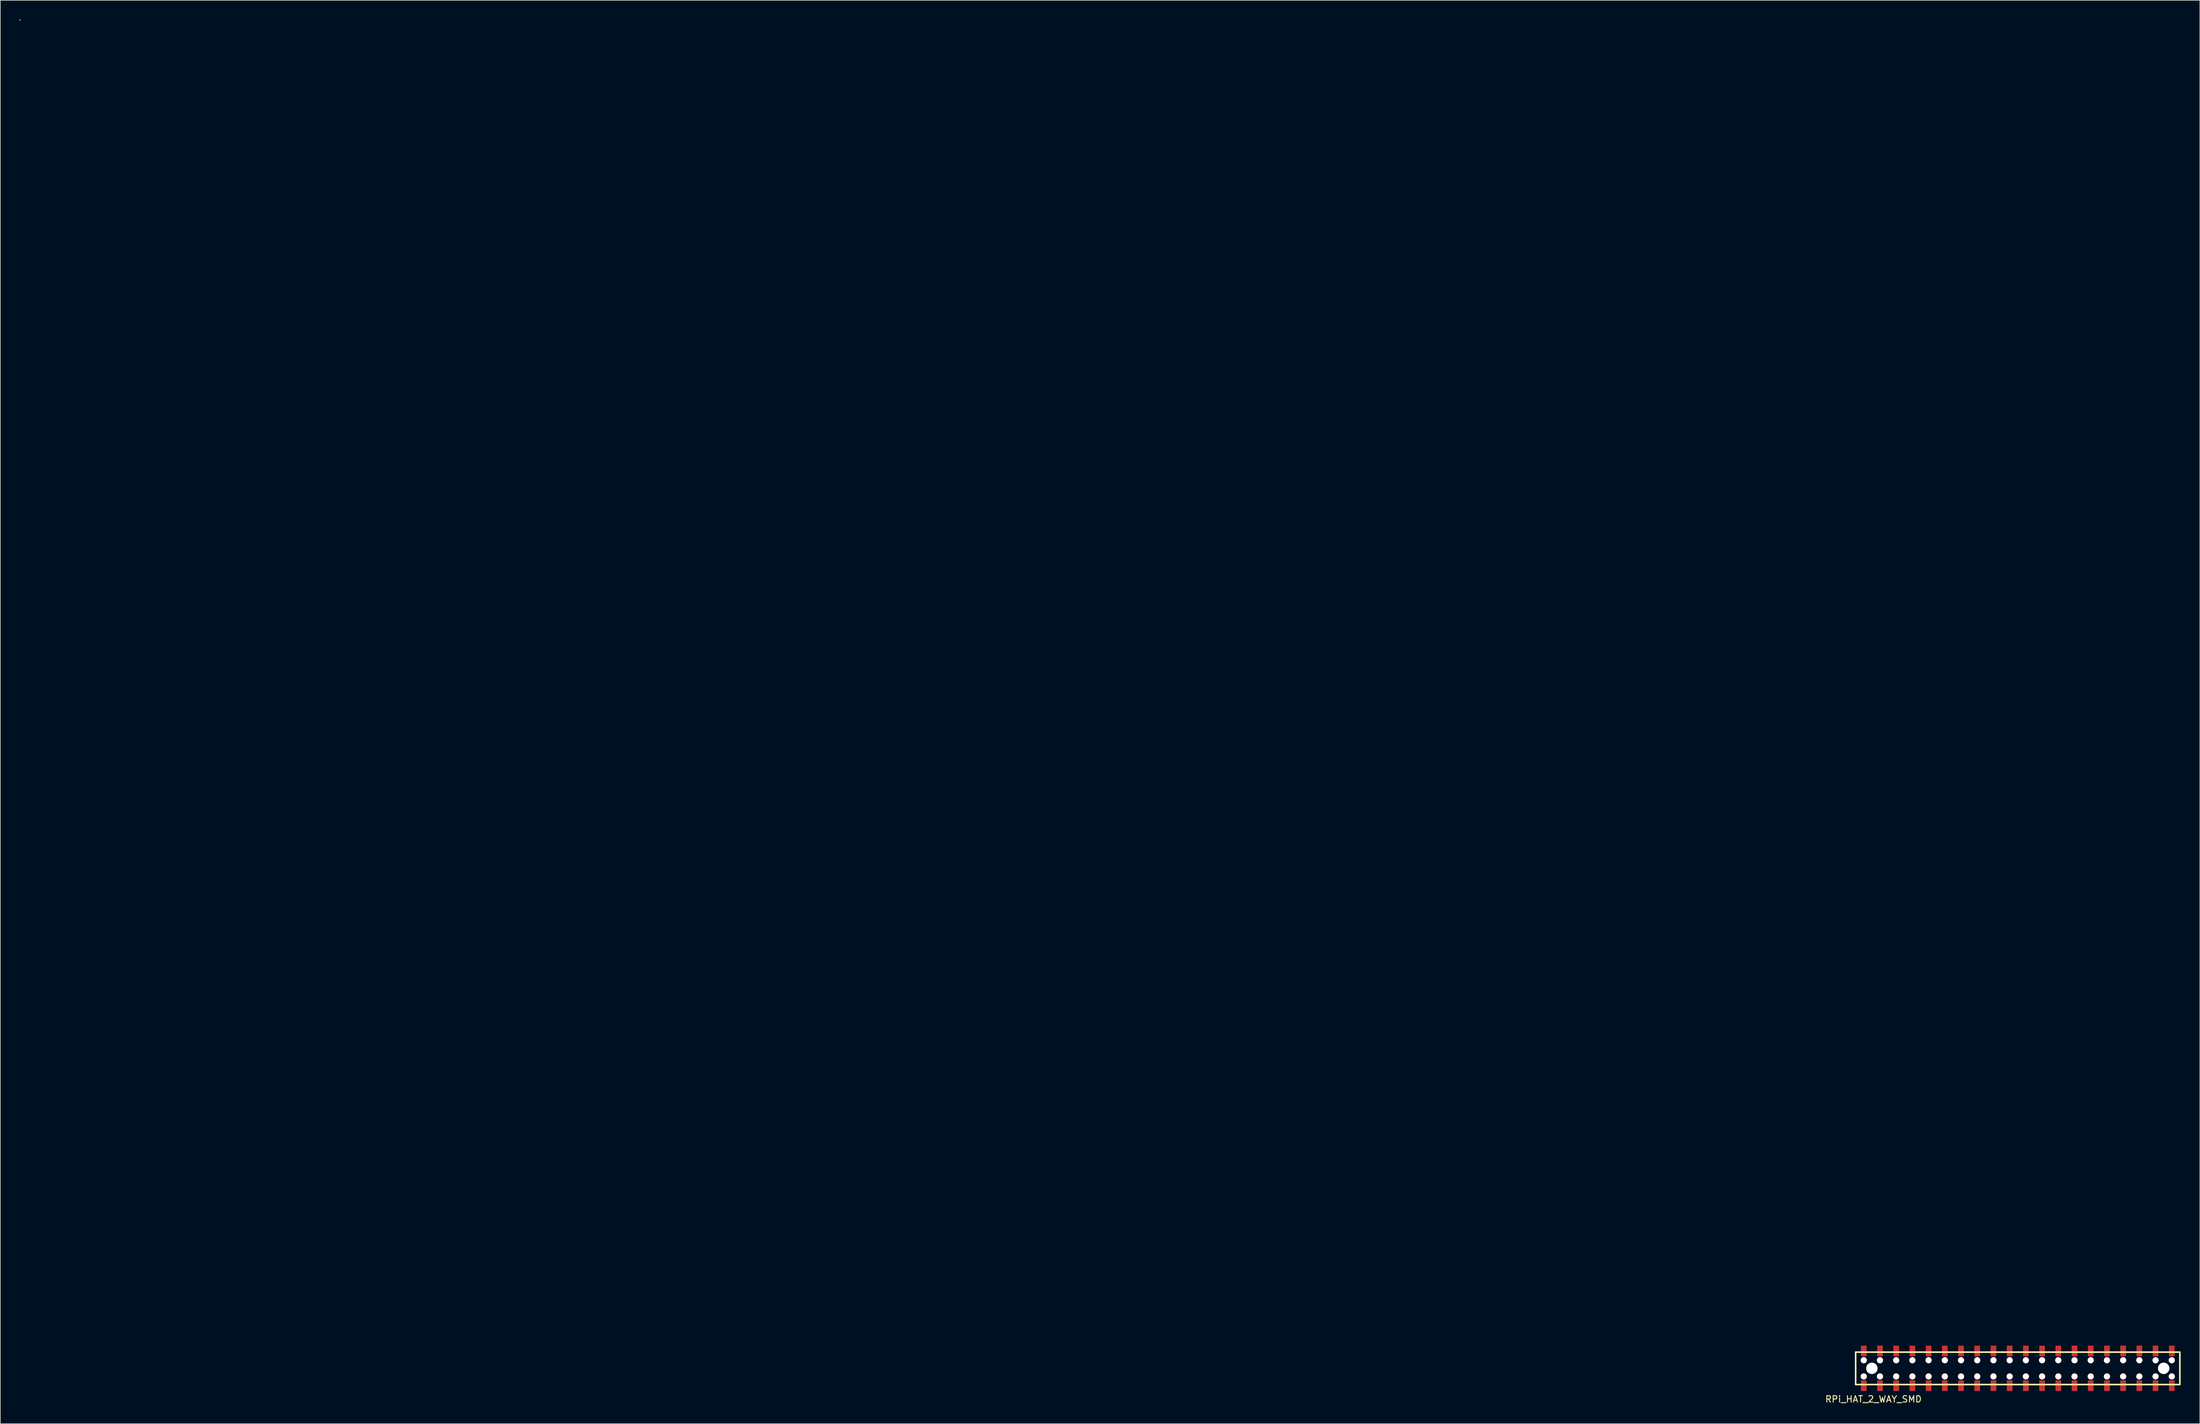
<source format=kicad_pcb>
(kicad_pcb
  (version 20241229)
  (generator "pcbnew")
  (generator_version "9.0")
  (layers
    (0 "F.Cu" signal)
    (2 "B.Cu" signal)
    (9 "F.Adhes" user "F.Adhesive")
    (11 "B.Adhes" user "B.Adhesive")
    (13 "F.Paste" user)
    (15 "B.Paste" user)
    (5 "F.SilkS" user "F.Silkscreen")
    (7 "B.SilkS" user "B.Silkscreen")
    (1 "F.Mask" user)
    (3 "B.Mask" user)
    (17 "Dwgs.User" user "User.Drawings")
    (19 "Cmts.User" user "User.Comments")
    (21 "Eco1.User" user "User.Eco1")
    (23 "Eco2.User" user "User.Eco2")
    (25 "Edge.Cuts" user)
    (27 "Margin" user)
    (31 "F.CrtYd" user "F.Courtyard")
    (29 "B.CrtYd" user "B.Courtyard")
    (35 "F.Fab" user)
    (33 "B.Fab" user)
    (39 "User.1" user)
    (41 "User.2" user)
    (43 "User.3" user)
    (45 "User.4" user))
  (footprint "RPi_HAT_2_WAY_SMD"
    (layer "F.Cu")
    (at 313.08 211.35)
    (property "Reference" "RPi_HAT_2_WAY_SMD" (at -22.59 4.91 180) (layer "F.SilkS") (effects (font (size 1 1) (thickness 0.15))))
    (attr through_hole)
    (fp_line (start -25.38 -2.46) (end 25.42 -2.46) (stroke (width 0.254) (type solid)) (layer "F.SilkS"))
    (fp_line (start -25.38 2.62) (end -25.38 -2.46) (stroke (width 0.254) (type solid)) (layer "F.SilkS"))
    (fp_line (start 25.42 -2.46) (end 25.42 2.62) (stroke (width 0.254) (type solid)) (layer "F.SilkS"))
    (fp_line (start 25.42 2.62) (end -25.38 2.62) (stroke (width 0.254) (type solid)) (layer "F.SilkS"))
    (fp_line (start -312.95 -211.28) (end -312.95 -211.28) (stroke (width 0.1) (type solid)) (layer "Dwgs.User"))
    (fp_line (start -312.95 -211.28) (end -312.95 -211.28) (stroke (width 0.1) (type solid)) (layer "Dwgs.User"))
    (fp_line (start -312.95 -211.28) (end -312.95 -211.28) (stroke (width 0.1) (type solid)) (layer "Dwgs.User"))
    (fp_line (start -312.95 -211.28) (end -312.95 -211.28) (stroke (width 0.1) (type solid)) (layer "Dwgs.User"))
    (fp_line (start -312.95 -211.28) (end -312.95 -211.28) (stroke (width 0.1) (type solid)) (layer "Dwgs.User"))
    (fp_line (start -312.95 -211.28) (end -312.95 -211.28) (stroke (width 0.1) (type solid)) (layer "Dwgs.User"))
    (fp_line (start -312.95 -211.28) (end -312.95 -211.28) (stroke (width 0.1) (type solid)) (layer "Dwgs.User"))
    (fp_line (start -312.95 -211.28) (end -312.95 -211.28) (stroke (width 0.1) (type solid)) (layer "Dwgs.User"))
    (fp_line (start -312.95 -211.28) (end -312.95 -211.28) (stroke (width 0.1) (type solid)) (layer "Dwgs.User"))
    (fp_line (start -312.95 -211.28) (end -312.95 -211.28) (stroke (width 0.1) (type solid)) (layer "Dwgs.User"))
    (fp_line (start -312.95 -211.28) (end -312.95 -211.28) (stroke (width 0.1) (type solid)) (layer "Dwgs.User"))
    (fp_line (start -312.95 -211.28) (end -312.95 -211.28) (stroke (width 0.1) (type solid)) (layer "Dwgs.User"))
    (fp_line (start -312.95 -211.28) (end -312.95 -211.28) (stroke (width 0.1) (type solid)) (layer "Dwgs.User"))
    (fp_line (start -312.95 -211.28) (end -312.95 -211.28) (stroke (width 0.1) (type solid)) (layer "Dwgs.User"))
    (fp_line (start -312.95 -211.28) (end -312.95 -211.28) (stroke (width 0.1) (type solid)) (layer "Dwgs.User"))
    (fp_line (start -312.95 -211.28) (end -312.95 -211.28) (stroke (width 0.1) (type solid)) (layer "Dwgs.User"))
    (fp_line (start -312.95 -211.28) (end -312.95 -211.28) (stroke (width 0.1) (type solid)) (layer "Dwgs.User"))
    (fp_line (start -312.95 -211.28) (end -312.95 -211.28) (stroke (width 0.1) (type solid)) (layer "Dwgs.User"))
    (fp_line (start -312.95 -211.28) (end -312.95 -211.28) (stroke (width 0.1) (type solid)) (layer "Dwgs.User"))
    (fp_line (start -312.95 -211.28) (end -312.95 -211.28) (stroke (width 0.1) (type solid)) (layer "Dwgs.User"))
    (fp_line (start -312.95 -211.28) (end -312.95 -211.28) (stroke (width 0.1) (type solid)) (layer "Dwgs.User"))
    (fp_line (start -312.95 -211.28) (end -312.95 -211.28) (stroke (width 0.1) (type solid)) (layer "Dwgs.User"))
    (fp_line (start -312.95 -211.28) (end -312.95 -211.28) (stroke (width 0.1) (type solid)) (layer "Dwgs.User"))
    (fp_line (start -312.95 -211.28) (end -312.95 -211.28) (stroke (width 0.1) (type solid)) (layer "Dwgs.User"))
    (fp_line (start -312.95 -211.28) (end -312.95 -211.28) (stroke (width 0.1) (type solid)) (layer "Dwgs.User"))
    (fp_line (start -312.95 -211.28) (end -312.95 -211.28) (stroke (width 0.1) (type solid)) (layer "Dwgs.User"))
    (fp_line (start -312.95 -211.28) (end -312.95 -211.28) (stroke (width 0.1) (type solid)) (layer "Dwgs.User"))
    (fp_line (start -312.95 -211.28) (end -312.95 -211.28) (stroke (width 0.1) (type solid)) (layer "Dwgs.User"))
    (fp_line (start -312.95 -211.28) (end -312.95 -211.28) (stroke (width 0.1) (type solid)) (layer "Dwgs.User"))
    (fp_line (start -312.95 -211.28) (end -312.95 -211.28) (stroke (width 0.1) (type solid)) (layer "Dwgs.User"))
    (fp_line (start -312.95 -211.28) (end -312.95 -211.28) (stroke (width 0.1) (type solid)) (layer "Dwgs.User"))
    (fp_line (start -312.95 -211.28) (end -312.95 -211.28) (stroke (width 0.1) (type solid)) (layer "Dwgs.User"))
    (fp_line (start -312.95 -211.28) (end -312.95 -211.28) (stroke (width 0.1) (type solid)) (layer "Dwgs.User"))
    (fp_line (start -312.95 -211.28) (end -312.95 -211.28) (stroke (width 0.1) (type solid)) (layer "Dwgs.User"))
    (fp_line (start -312.95 -211.28) (end -312.95 -211.28) (stroke (width 0.1) (type solid)) (layer "Dwgs.User"))
    (fp_line (start -312.95 -211.28) (end -312.95 -211.28) (stroke (width 0.1) (type solid)) (layer "Dwgs.User"))
    (fp_line (start -312.95 -211.28) (end -312.95 -211.28) (stroke (width 0.1) (type solid)) (layer "Dwgs.User"))
    (fp_line (start -312.95 -211.28) (end -312.95 -211.28) (stroke (width 0.1) (type solid)) (layer "Dwgs.User"))
    (fp_line (start -312.95 -211.28) (end -312.95 -211.28) (stroke (width 0.1) (type solid)) (layer "Dwgs.User"))
    (fp_line (start -312.95 -211.28) (end -312.95 -211.28) (stroke (width 0.1) (type solid)) (layer "Dwgs.User"))
    (fp_line (start -312.95 -211.28) (end -312.95 -211.28) (stroke (width 0.1) (type solid)) (layer "Dwgs.User"))
    (fp_line (start -312.95 -211.28) (end -312.95 -211.28) (stroke (width 0.1) (type solid)) (layer "Dwgs.User"))
    (fp_line (start -312.95 -211.28) (end -312.95 -211.28) (stroke (width 0.1) (type solid)) (layer "Dwgs.User"))
    (fp_line (start -312.95 -211.28) (end -312.95 -211.28) (stroke (width 0.1) (type solid)) (layer "Dwgs.User"))
    (fp_line (start -312.95 -211.28) (end -312.95 -211.28) (stroke (width 0.1) (type solid)) (layer "Dwgs.User"))
    (fp_line (start -312.95 -211.28) (end -312.95 -211.28) (stroke (width 0.1) (type solid)) (layer "Dwgs.User"))
    (fp_line (start -312.95 -211.28) (end -312.95 -211.28) (stroke (width 0.1) (type solid)) (layer "Dwgs.User"))
    (fp_line (start -312.95 -211.28) (end -312.95 -211.28) (stroke (width 0.1) (type solid)) (layer "Dwgs.User"))
    (fp_line (start -312.95 -211.28) (end -312.95 -211.28) (stroke (width 0.1) (type solid)) (layer "Dwgs.User"))
    (fp_line (start -312.95 -211.28) (end -312.95 -211.28) (stroke (width 0.1) (type solid)) (layer "Dwgs.User"))
    (fp_line (start -312.95 -211.28) (end -312.95 -211.28) (stroke (width 0.1) (type solid)) (layer "Dwgs.User"))
    (fp_line (start -312.95 -211.28) (end -312.95 -211.28) (stroke (width 0.1) (type solid)) (layer "Dwgs.User"))
    (fp_line (start -312.95 -211.28) (end -312.95 -211.28) (stroke (width 0.1) (type solid)) (layer "Dwgs.User"))
    (fp_line (start -312.95 -211.28) (end -312.95 -211.28) (stroke (width 0.1) (type solid)) (layer "Dwgs.User"))
    (fp_line (start -312.95 -211.28) (end -312.95 -211.28) (stroke (width 0.1) (type solid)) (layer "Dwgs.User"))
    (fp_line (start -312.95 -211.28) (end -312.95 -211.28) (stroke (width 0.1) (type solid)) (layer "Dwgs.User"))
    (fp_line (start -312.95 -211.28) (end -312.95 -211.28) (stroke (width 0.1) (type solid)) (layer "Dwgs.User"))
    (fp_line (start -312.95 -211.28) (end -312.95 -211.28) (stroke (width 0.1) (type solid)) (layer "Dwgs.User"))
    (fp_line (start -312.95 -211.28) (end -312.95 -211.28) (stroke (width 0.1) (type solid)) (layer "Dwgs.User"))
    (fp_line (start -312.95 -211.28) (end -312.95 -211.28) (stroke (width 0.1) (type solid)) (layer "Dwgs.User"))
    (fp_line (start -312.95 -211.28) (end -312.95 -211.28) (stroke (width 0.1) (type solid)) (layer "Dwgs.User"))
    (fp_line (start -312.95 -211.28) (end -312.95 -211.28) (stroke (width 0.1) (type solid)) (layer "Dwgs.User"))
    (fp_line (start -312.95 -211.28) (end -312.95 -211.28) (stroke (width 0.1) (type solid)) (layer "Dwgs.User"))
    (fp_line (start -312.95 -211.28) (end -312.95 -211.28) (stroke (width 0.1) (type solid)) (layer "Dwgs.User"))
    (fp_line (start -312.95 -211.28) (end -312.95 -211.28) (stroke (width 0.1) (type solid)) (layer "Dwgs.User"))
    (fp_line (start -312.95 -211.28) (end -312.95 -211.28) (stroke (width 0.1) (type solid)) (layer "Dwgs.User"))
    (fp_line (start -312.95 -211.28) (end -312.95 -211.28) (stroke (width 0.1) (type solid)) (layer "Dwgs.User"))
    (fp_line (start -312.95 -211.28) (end -312.95 -211.28) (stroke (width 0.1) (type solid)) (layer "Dwgs.User"))
    (fp_line (start -312.95 -211.28) (end -312.95 -211.28) (stroke (width 0.1) (type solid)) (layer "Dwgs.User"))
    (fp_line (start -312.95 -211.28) (end -312.95 -211.28) (stroke (width 0.1) (type solid)) (layer "Dwgs.User"))
    (fp_line (start -312.95 -211.28) (end -312.95 -211.28) (stroke (width 0.1) (type solid)) (layer "Dwgs.User"))
    (fp_line (start -312.95 -211.28) (end -312.95 -211.28) (stroke (width 0.1) (type solid)) (layer "Dwgs.User"))
    (fp_line (start -312.95 -211.28) (end -312.95 -211.28) (stroke (width 0.1) (type solid)) (layer "Dwgs.User"))
    (fp_line (start -312.95 -211.28) (end -312.95 -211.28) (stroke (width 0.1) (type solid)) (layer "Dwgs.User"))
    (fp_line (start -312.95 -211.28) (end -312.95 -211.28) (stroke (width 0.1) (type solid)) (layer "Dwgs.User"))
    (fp_line (start -312.95 -211.28) (end -312.95 -211.28) (stroke (width 0.1) (type solid)) (layer "Dwgs.User"))
    (fp_line (start -312.95 -211.28) (end -312.95 -211.28) (stroke (width 0.1) (type solid)) (layer "Dwgs.User"))
    (fp_line (start -312.95 -211.28) (end -312.95 -211.28) (stroke (width 0.1) (type solid)) (layer "Dwgs.User"))
    (fp_line (start -312.95 -211.28) (end -312.95 -211.28) (stroke (width 0.1) (type solid)) (layer "Dwgs.User"))
    (fp_line (start -312.95 -211.28) (end -312.95 -211.28) (stroke (width 0.1) (type solid)) (layer "Dwgs.User"))
    (fp_line (start -312.95 -211.28) (end -312.95 -211.28) (stroke (width 0.1) (type solid)) (layer "Dwgs.User"))
    (fp_line (start -312.95 -211.28) (end -312.95 -211.28) (stroke (width 0.1) (type solid)) (layer "Dwgs.User"))
    (fp_line (start -312.95 -211.28) (end -312.95 -211.28) (stroke (width 0.1) (type solid)) (layer "Dwgs.User"))
    (fp_line (start -312.95 -211.28) (end -312.95 -211.28) (stroke (width 0.1) (type solid)) (layer "Dwgs.User"))
    (fp_line (start -312.95 -211.28) (end -312.95 -211.28) (stroke (width 0.1) (type solid)) (layer "Dwgs.User"))
    (fp_line (start -312.95 -211.28) (end -312.95 -211.28) (stroke (width 0.1) (type solid)) (layer "Dwgs.User"))
    (fp_line (start -312.95 -211.28) (end -312.95 -211.28) (stroke (width 0.1) (type solid)) (layer "Dwgs.User"))
    (fp_line (start -312.95 -211.28) (end -312.95 -211.28) (stroke (width 0.1) (type solid)) (layer "Dwgs.User"))
    (fp_line (start -312.95 -211.28) (end -312.95 -211.28) (stroke (width 0.1) (type solid)) (layer "Dwgs.User"))
    (fp_line (start -312.95 -211.28) (end -312.95 -211.28) (stroke (width 0.1) (type solid)) (layer "Dwgs.User"))
    (fp_line (start -312.95 -211.28) (end -312.95 -211.28) (stroke (width 0.1) (type solid)) (layer "Dwgs.User"))
    (fp_line (start -312.95 -211.28) (end -312.95 -211.28) (stroke (width 0.1) (type solid)) (layer "Dwgs.User"))
    (fp_line (start -312.95 -211.28) (end -312.95 -211.28) (stroke (width 0.1) (type solid)) (layer "Dwgs.User"))
    (fp_line (start -312.95 -211.28) (end -312.95 -211.28) (stroke (width 0.1) (type solid)) (layer "Dwgs.User"))
    (fp_line (start -312.95 -211.28) (end -312.95 -211.28) (stroke (width 0.1) (type solid)) (layer "Dwgs.User"))
    (fp_line (start -312.95 -211.28) (end -312.95 -211.28) (stroke (width 0.1) (type solid)) (layer "Dwgs.User"))
    (fp_line (start -312.95 -211.28) (end -312.95 -211.28) (stroke (width 0.1) (type solid)) (layer "Dwgs.User"))
    (fp_line (start -312.95 -211.28) (end -312.95 -211.28) (stroke (width 0.1) (type solid)) (layer "Dwgs.User"))
    (fp_line (start -312.95 -211.28) (end -312.95 -211.28) (stroke (width 0.1) (type solid)) (layer "Dwgs.User"))
    (fp_line (start -312.95 -211.28) (end -312.95 -211.28) (stroke (width 0.1) (type solid)) (layer "Dwgs.User"))
    (fp_line (start -312.95 -211.28) (end -312.95 -211.28) (stroke (width 0.1) (type solid)) (layer "Dwgs.User"))
    (fp_line (start -312.95 -211.28) (end -312.95 -211.28) (stroke (width 0.1) (type solid)) (layer "Dwgs.User"))
    (fp_line (start -312.95 -211.28) (end -312.95 -211.28) (stroke (width 0.1) (type solid)) (layer "Dwgs.User"))
    (fp_line (start -312.95 -211.28) (end -312.95 -211.28) (stroke (width 0.1) (type solid)) (layer "Dwgs.User"))
    (fp_line (start -312.95 -211.28) (end -312.95 -211.28) (stroke (width 0.1) (type solid)) (layer "Dwgs.User"))
    (fp_line (start -312.95 -211.28) (end -312.95 -211.28) (stroke (width 0.1) (type solid)) (layer "Dwgs.User"))
    (fp_line (start -312.95 -211.28) (end -312.95 -211.28) (stroke (width 0.1) (type solid)) (layer "Dwgs.User"))
    (fp_line (start -312.95 -211.28) (end -312.95 -211.28) (stroke (width 0.1) (type solid)) (layer "Dwgs.User"))
    (fp_line (start -312.95 -211.28) (end -312.95 -211.28) (stroke (width 0.1) (type solid)) (layer "Dwgs.User"))
    (fp_line (start -312.95 -211.28) (end -312.95 -211.28) (stroke (width 0.1) (type solid)) (layer "Dwgs.User"))
    (fp_line (start -312.95 -211.28) (end -312.95 -211.28) (stroke (width 0.1) (type solid)) (layer "Dwgs.User"))
    (fp_line (start -312.95 -211.28) (end -312.95 -211.28) (stroke (width 0.1) (type solid)) (layer "Dwgs.User"))
    (fp_line (start -312.95 -211.28) (end -312.95 -211.28) (stroke (width 0.1) (type solid)) (layer "Dwgs.User"))
    (fp_line (start -312.95 -211.28) (end -312.95 -211.28) (stroke (width 0.1) (type solid)) (layer "Dwgs.User"))
    (fp_line (start -312.95 -211.28) (end -312.95 -211.28) (stroke (width 0.1) (type solid)) (layer "Dwgs.User"))
    (fp_line (start -312.95 -211.28) (end -312.95 -211.28) (stroke (width 0.1) (type solid)) (layer "Dwgs.User"))
    (fp_line (start -312.95 -211.28) (end -312.95 -211.28) (stroke (width 0.1) (type solid)) (layer "Dwgs.User"))
    (fp_line (start -312.95 -211.28) (end -312.95 -211.28) (stroke (width 0.1) (type solid)) (layer "Dwgs.User"))
    (fp_line (start -312.95 -211.28) (end -312.95 -211.28) (stroke (width 0.1) (type solid)) (layer "Dwgs.User"))
    (fp_line (start -312.95 -211.28) (end -312.95 -211.28) (stroke (width 0.1) (type solid)) (layer "Dwgs.User"))
    (fp_line (start -312.95 -211.28) (end -312.95 -211.28) (stroke (width 0.1) (type solid)) (layer "Dwgs.User"))
    (fp_line (start -312.95 -211.28) (end -312.95 -211.28) (stroke (width 0.1) (type solid)) (layer "Dwgs.User"))
    (fp_line (start -312.95 -211.28) (end -312.95 -211.28) (stroke (width 0.1) (type solid)) (layer "Dwgs.User"))
    (fp_line (start -312.95 -211.28) (end -312.95 -211.28) (stroke (width 0.1) (type solid)) (layer "Dwgs.User"))
    (fp_line (start -312.95 -211.28) (end -312.95 -211.28) (stroke (width 0.1) (type solid)) (layer "Dwgs.User"))
    (fp_line (start -312.95 -211.28) (end -312.95 -211.28) (stroke (width 0.1) (type solid)) (layer "Dwgs.User"))
    (fp_line (start -312.95 -211.28) (end -312.95 -211.28) (stroke (width 0.1) (type solid)) (layer "Dwgs.User"))
    (fp_line (start -312.95 -211.28) (end -312.95 -211.28) (stroke (width 0.1) (type solid)) (layer "Dwgs.User"))
    (fp_line (start -312.95 -211.28) (end -312.95 -211.28) (stroke (width 0.1) (type solid)) (layer "Dwgs.User"))
    (fp_line (start -312.95 -211.28) (end -312.95 -211.28) (stroke (width 0.1) (type solid)) (layer "Dwgs.User"))
    (fp_line (start -312.95 -211.28) (end -312.95 -211.28) (stroke (width 0.1) (type solid)) (layer "Dwgs.User"))
    (fp_line (start -312.95 -211.28) (end -312.95 -211.28) (stroke (width 0.1) (type solid)) (layer "Dwgs.User"))
    (fp_line (start -312.95 -211.28) (end -312.95 -211.28) (stroke (width 0.1) (type solid)) (layer "Dwgs.User"))
    (fp_line (start -312.95 -211.28) (end -312.95 -211.28) (stroke (width 0.1) (type solid)) (layer "Dwgs.User"))
    (fp_line (start -312.95 -211.28) (end -312.95 -211.28) (stroke (width 0.1) (type solid)) (layer "Dwgs.User"))
    (fp_line (start -312.95 -211.28) (end -312.95 -211.28) (stroke (width 0.1) (type solid)) (layer "Dwgs.User"))
    (fp_line (start -312.95 -211.28) (end -312.95 -211.28) (stroke (width 0.1) (type solid)) (layer "Dwgs.User"))
    (fp_line (start -312.95 -211.28) (end -312.95 -211.28) (stroke (width 0.1) (type solid)) (layer "Dwgs.User"))
    (fp_line (start -312.95 -211.28) (end -312.95 -211.28) (stroke (width 0.1) (type solid)) (layer "Dwgs.User"))
    (fp_line (start -312.95 -211.28) (end -312.95 -211.28) (stroke (width 0.1) (type solid)) (layer "Dwgs.User"))
    (fp_line (start -312.95 -211.28) (end -312.95 -211.28) (stroke (width 0.1) (type solid)) (layer "Dwgs.User"))
    (fp_line (start -312.95 -211.28) (end -312.95 -211.28) (stroke (width 0.1) (type solid)) (layer "Dwgs.User"))
    (fp_line (start -312.95 -211.28) (end -312.95 -211.28) (stroke (width 0.1) (type solid)) (layer "Dwgs.User"))
    (fp_line (start -312.95 -211.28) (end -312.95 -211.28) (stroke (width 0.1) (type solid)) (layer "Dwgs.User"))
    (fp_line (start -312.95 -211.28) (end -312.95 -211.28) (stroke (width 0.1) (type solid)) (layer "Dwgs.User"))
    (fp_line (start -312.95 -211.28) (end -312.95 -211.28) (stroke (width 0.1) (type solid)) (layer "Dwgs.User"))
    (fp_line (start -312.95 -211.28) (end -312.95 -211.28) (stroke (width 0.1) (type solid)) (layer "Dwgs.User"))
    (fp_line (start -312.95 -211.28) (end -312.95 -211.28) (stroke (width 0.1) (type solid)) (layer "Dwgs.User"))
    (fp_line (start -312.95 -211.28) (end -312.95 -211.28) (stroke (width 0.1) (type solid)) (layer "Dwgs.User"))
    (fp_line (start -312.95 -211.28) (end -312.95 -211.28) (stroke (width 0.1) (type solid)) (layer "Dwgs.User"))
    (fp_line (start -312.95 -211.28) (end -312.95 -211.28) (stroke (width 0.1) (type solid)) (layer "Dwgs.User"))
    (fp_line (start -312.95 -211.28) (end -312.95 -211.28) (stroke (width 0.1) (type solid)) (layer "Dwgs.User"))
    (fp_line (start -312.95 -211.28) (end -312.95 -211.28) (stroke (width 0.1) (type solid)) (layer "Dwgs.User"))
    (fp_line (start -312.95 -211.28) (end -312.95 -211.28) (stroke (width 0.1) (type solid)) (layer "Dwgs.User"))
    (fp_line (start -312.95 -211.28) (end -312.95 -211.28) (stroke (width 0.1) (type solid)) (layer "Dwgs.User"))
    (fp_line (start -312.95 -211.28) (end -312.95 -211.28) (stroke (width 0.1) (type solid)) (layer "Dwgs.User"))
    (fp_line (start -312.95 -211.28) (end -312.95 -211.28) (stroke (width 0.1) (type solid)) (layer "Dwgs.User"))
    (fp_line (start -312.95 -211.28) (end -312.95 -211.28) (stroke (width 0.1) (type solid)) (layer "Dwgs.User"))
    (fp_line (start -312.95 -211.28) (end -312.95 -211.28) (stroke (width 0.1) (type solid)) (layer "Dwgs.User"))
    (fp_line (start -312.95 -211.28) (end -312.95 -211.28) (stroke (width 0.1) (type solid)) (layer "Dwgs.User"))
    (fp_line (start -312.95 -211.28) (end -312.95 -211.28) (stroke (width 0.1) (type solid)) (layer "Dwgs.User"))
    (fp_line (start -312.95 -211.28) (end -312.95 -211.28) (stroke (width 0.1) (type solid)) (layer "Dwgs.User"))
    (fp_line (start -312.95 -211.28) (end -312.95 -211.28) (stroke (width 0.1) (type solid)) (layer "Dwgs.User"))
    (fp_line (start -312.95 -211.28) (end -312.95 -211.28) (stroke (width 0.1) (type solid)) (layer "Dwgs.User"))
    (fp_line (start -312.95 -211.28) (end -312.95 -211.28) (stroke (width 0.1) (type solid)) (layer "Dwgs.User"))
    (fp_line (start -312.95 -211.28) (end -312.95 -211.28) (stroke (width 0.1) (type solid)) (layer "Dwgs.User"))
    (fp_line (start -312.95 -211.28) (end -312.95 -211.28) (stroke (width 0.1) (type solid)) (layer "Dwgs.User"))
    (fp_line (start -312.95 -211.28) (end -312.95 -211.28) (stroke (width 0.1) (type solid)) (layer "Dwgs.User"))
    (fp_line (start -312.95 -211.28) (end -312.95 -211.28) (stroke (width 0.1) (type solid)) (layer "Dwgs.User"))
    (fp_line (start -312.95 -211.28) (end -312.95 -211.28) (stroke (width 0.1) (type solid)) (layer "Dwgs.User"))
    (fp_line (start -312.95 -211.28) (end -312.95 -211.28) (stroke (width 0.1) (type solid)) (layer "Dwgs.User"))
    (fp_line (start -312.95 -211.28) (end -312.95 -211.28) (stroke (width 0.1) (type solid)) (layer "Dwgs.User"))
    (fp_line (start -312.95 -211.28) (end -312.95 -211.28) (stroke (width 0.1) (type solid)) (layer "Dwgs.User"))
    (fp_line (start -312.95 -211.28) (end -312.95 -211.28) (stroke (width 0.1) (type solid)) (layer "Dwgs.User"))
    (fp_line (start -312.95 -211.28) (end -312.95 -211.28) (stroke (width 0.1) (type solid)) (layer "Dwgs.User"))
    (fp_line (start -312.95 -211.28) (end -312.95 -211.28) (stroke (width 0.1) (type solid)) (layer "Dwgs.User"))
    (fp_line (start -312.95 -211.28) (end -312.95 -211.28) (stroke (width 0.1) (type solid)) (layer "Dwgs.User"))
    (fp_line (start -312.95 -211.28) (end -312.95 -211.28) (stroke (width 0.1) (type solid)) (layer "Dwgs.User"))
    (fp_line (start -312.95 -211.28) (end -312.95 -211.28) (stroke (width 0.1) (type solid)) (layer "Dwgs.User"))
    (fp_line (start -312.95 -211.28) (end -312.95 -211.28) (stroke (width 0.1) (type solid)) (layer "Dwgs.User"))
    (fp_line (start -312.95 -211.28) (end -312.95 -211.28) (stroke (width 0.1) (type solid)) (layer "Dwgs.User"))
    (fp_line (start -312.95 -211.28) (end -312.95 -211.28) (stroke (width 0.1) (type solid)) (layer "Dwgs.User"))
    (fp_line (start -312.95 -211.28) (end -312.95 -211.28) (stroke (width 0.1) (type solid)) (layer "Dwgs.User"))
    (fp_line (start -312.95 -211.28) (end -312.95 -211.28) (stroke (width 0.1) (type solid)) (layer "Dwgs.User"))
    (fp_line (start -312.95 -211.28) (end -312.95 -211.28) (stroke (width 0.1) (type solid)) (layer "Dwgs.User"))
    (fp_line (start -312.95 -211.28) (end -312.95 -211.28) (stroke (width 0.1) (type solid)) (layer "Dwgs.User"))
    (fp_line (start -312.95 -211.28) (end -312.95 -211.28) (stroke (width 0.1) (type solid)) (layer "Dwgs.User"))
    (fp_line (start -312.95 -211.28) (end -312.95 -211.28) (stroke (width 0.1) (type solid)) (layer "Dwgs.User"))
    (fp_line (start -312.95 -211.28) (end -312.95 -211.28) (stroke (width 0.1) (type solid)) (layer "Dwgs.User"))
    (fp_line (start -312.95 -211.28) (end -312.95 -211.28) (stroke (width 0.1) (type solid)) (layer "Dwgs.User"))
    (fp_line (start -312.95 -211.28) (end -312.95 -211.28) (stroke (width 0.1) (type solid)) (layer "Dwgs.User"))
    (fp_line (start -312.95 -211.28) (end -312.95 -211.28) (stroke (width 0.1) (type solid)) (layer "Dwgs.User"))
    (fp_line (start -312.95 -211.28) (end -312.95 -211.28) (stroke (width 0.1) (type solid)) (layer "Dwgs.User"))
    (fp_line (start -312.95 -211.28) (end -312.95 -211.28) (stroke (width 0.1) (type solid)) (layer "Dwgs.User"))
    (fp_line (start -312.95 -211.28) (end -312.95 -211.28) (stroke (width 0.1) (type solid)) (layer "Dwgs.User"))
    (fp_line (start -312.95 -211.28) (end -312.95 -211.28) (stroke (width 0.1) (type solid)) (layer "Dwgs.User"))
    (fp_line (start -312.95 -211.28) (end -312.95 -211.28) (stroke (width 0.1) (type solid)) (layer "Dwgs.User"))
    (fp_line (start -312.95 -211.28) (end -312.95 -211.28) (stroke (width 0.1) (type solid)) (layer "Dwgs.User"))
    (fp_line (start -312.95 -211.28) (end -312.95 -211.28) (stroke (width 0.1) (type solid)) (layer "Dwgs.User"))
    (fp_line (start -312.95 -211.28) (end -312.95 -211.28) (stroke (width 0.1) (type solid)) (layer "Dwgs.User"))
    (fp_line (start -312.95 -211.28) (end -312.95 -211.28) (stroke (width 0.1) (type solid)) (layer "Dwgs.User"))
    (fp_line (start -312.95 -211.28) (end -312.95 -211.28) (stroke (width 0.1) (type solid)) (layer "Dwgs.User"))
    (fp_line (start -312.95 -211.28) (end -312.95 -211.28) (stroke (width 0.1) (type solid)) (layer "Dwgs.User"))
    (fp_line (start -312.95 -211.28) (end -312.95 -211.28) (stroke (width 0.1) (type solid)) (layer "Dwgs.User"))
    (fp_line (start -312.95 -211.28) (end -312.95 -211.28) (stroke (width 0.1) (type solid)) (layer "Dwgs.User"))
    (fp_line (start -312.95 -211.28) (end -312.95 -211.28) (stroke (width 0.1) (type solid)) (layer "Dwgs.User"))
    (fp_line (start -312.95 -211.28) (end -312.95 -211.28) (stroke (width 0.1) (type solid)) (layer "Dwgs.User"))
    (fp_line (start -312.95 -211.28) (end -312.95 -211.28) (stroke (width 0.1) (type solid)) (layer "Dwgs.User"))
    (fp_line (start -312.95 -211.28) (end -312.95 -211.28) (stroke (width 0.1) (type solid)) (layer "Dwgs.User"))
    (fp_line (start -312.95 -211.28) (end -312.95 -211.28) (stroke (width 0.1) (type solid)) (layer "Dwgs.User"))
    (fp_line (start -312.95 -211.28) (end -312.95 -211.28) (stroke (width 0.1) (type solid)) (layer "Dwgs.User"))
    (fp_line (start -312.95 -211.28) (end -312.95 -211.28) (stroke (width 0.1) (type solid)) (layer "Dwgs.User"))
    (fp_line (start -313.03 -211.25) (end -313.03 -211.25) (stroke (width 0.1) (type solid)) (layer "Edge.Cuts"))
    (fp_line (start -313.03 -211.25) (end -313.03 -211.25) (stroke (width 0.1) (type solid)) (layer "Edge.Cuts"))
    (fp_line (start -313.03 -211.25) (end -313.03 -211.25) (stroke (width 0.1) (type solid)) (layer "Edge.Cuts"))
    (fp_line (start -313.03 -211.25) (end -313.03 -211.25) (stroke (width 0.1) (type solid)) (layer "Edge.Cuts"))
    (fp_line (start -313.03 -211.25) (end -313.03 -211.25) (stroke (width 0.1) (type solid)) (layer "Edge.Cuts"))
    (fp_line (start -313.03 -211.25) (end -313.03 -211.25) (stroke (width 0.1) (type solid)) (layer "Edge.Cuts"))
    (fp_line (start -313.03 -211.25) (end -313.03 -211.25) (stroke (width 0.1) (type solid)) (layer "Edge.Cuts"))
    (fp_line (start -313.03 -211.25) (end -313.03 -211.25) (stroke (width 0.1) (type solid)) (layer "Edge.Cuts"))
    (fp_line (start -313.03 -211.25) (end -313.03 -211.25) (stroke (width 0.1) (type solid)) (layer "Edge.Cuts"))
    (fp_line (start -313.03 -211.25) (end -313.03 -211.25) (stroke (width 0.1) (type solid)) (layer "Edge.Cuts"))
    (fp_line (start -313.03 -211.25) (end -313.03 -211.25) (stroke (width 0.1) (type solid)) (layer "Edge.Cuts"))
    (fp_line (start -313.03 -211.25) (end -313.03 -211.25) (stroke (width 0.1) (type solid)) (layer "Edge.Cuts"))
    (fp_line (start -313.03 -211.25) (end -313.03 -211.25) (stroke (width 0.1) (type solid)) (layer "Edge.Cuts"))
    (fp_line (start -313.03 -211.25) (end -313.03 -211.25) (stroke (width 0.1) (type solid)) (layer "Edge.Cuts"))
    (fp_line (start -313.03 -211.25) (end -313.03 -211.25) (stroke (width 0.1) (type solid)) (layer "Edge.Cuts"))
    (fp_line (start -313.03 -211.25) (end -313.03 -211.25) (stroke (width 0.1) (type solid)) (layer "Edge.Cuts"))
    (fp_line (start -313.03 -211.25) (end -313.03 -211.25) (stroke (width 0.1) (type solid)) (layer "Edge.Cuts"))
    (fp_line (start -313.03 -211.25) (end -313.03 -211.25) (stroke (width 0.1) (type solid)) (layer "Edge.Cuts"))
    (fp_line (start -313.03 -211.25) (end -313.03 -211.25) (stroke (width 0.1) (type solid)) (layer "Edge.Cuts"))
    (fp_line (start -313.03 -211.25) (end -313.03 -211.25) (stroke (width 0.1) (type solid)) (layer "Edge.Cuts"))
    (fp_line (start -313.03 -211.25) (end -313.03 -211.25) (stroke (width 0.1) (type solid)) (layer "Edge.Cuts"))
    (fp_line (start -313.03 -211.25) (end -313.03 -211.25) (stroke (width 0.1) (type solid)) (layer "Edge.Cuts"))
    (fp_line (start -313.03 -211.25) (end -313.03 -211.25) (stroke (width 0.1) (type solid)) (layer "Edge.Cuts"))
    (fp_line (start -313.03 -211.25) (end -313.03 -211.25) (stroke (width 0.1) (type solid)) (layer "Edge.Cuts"))
    (fp_line (start -313.03 -211.25) (end -313.03 -211.25) (stroke (width 0.1) (type solid)) (layer "Edge.Cuts"))
    (fp_line (start -313.03 -211.25) (end -313.03 -211.25) (stroke (width 0.1) (type solid)) (layer "Edge.Cuts"))
    (fp_line (start -313.03 -211.25) (end -313.03 -211.25) (stroke (width 0.1) (type solid)) (layer "Edge.Cuts"))
    (fp_line (start -313.03 -211.25) (end -313.03 -211.25) (stroke (width 0.1) (type solid)) (layer "Edge.Cuts"))
    (fp_line (start -313.03 -211.25) (end -313.03 -211.25) (stroke (width 0.1) (type solid)) (layer "Edge.Cuts"))
    (fp_line (start -313.03 -211.25) (end -313.03 -211.25) (stroke (width 0.1) (type solid)) (layer "Edge.Cuts"))
    (fp_line (start -313.03 -211.25) (end -313.03 -211.25) (stroke (width 0.1) (type solid)) (layer "Edge.Cuts"))
    (fp_line (start -313.03 -211.25) (end -313.03 -211.25) (stroke (width 0.1) (type solid)) (layer "Edge.Cuts"))
    (fp_line (start -313.03 -211.25) (end -313.03 -211.25) (stroke (width 0.1) (type solid)) (layer "Edge.Cuts"))
    (fp_line (start -313.03 -211.25) (end -313.03 -211.25) (stroke (width 0.1) (type solid)) (layer "Edge.Cuts"))
    (fp_line (start -313.03 -211.25) (end -313.03 -211.25) (stroke (width 0.1) (type solid)) (layer "Edge.Cuts"))
    (fp_line (start -313.03 -211.25) (end -313.03 -211.25) (stroke (width 0.1) (type solid)) (layer "Edge.Cuts"))
    (fp_line (start -313.03 -211.25) (end -313.03 -211.25) (stroke (width 0.1) (type solid)) (layer "Edge.Cuts"))
    (fp_line (start -313.03 -211.25) (end -313.03 -211.25) (stroke (width 0.1) (type solid)) (layer "Edge.Cuts"))
    (fp_line (start -313.03 -211.25) (end -313.03 -211.25) (stroke (width 0.1) (type solid)) (layer "Edge.Cuts"))
    (fp_line (start -313.03 -211.25) (end -313.03 -211.25) (stroke (width 0.1) (type solid)) (layer "Edge.Cuts"))
    (fp_line (start -313.03 -211.25) (end -313.03 -211.25) (stroke (width 0.1) (type solid)) (layer "Edge.Cuts"))
    (fp_line (start -313.03 -211.25) (end -313.03 -211.25) (stroke (width 0.1) (type solid)) (layer "Edge.Cuts"))
    (fp_line (start -313.03 -211.25) (end -313.03 -211.25) (stroke (width 0.1) (type solid)) (layer "Edge.Cuts"))
    (fp_line (start -313.03 -211.25) (end -313.03 -211.25) (stroke (width 0.1) (type solid)) (layer "Edge.Cuts"))
    (fp_line (start -313.03 -211.25) (end -313.03 -211.25) (stroke (width 0.1) (type solid)) (layer "Edge.Cuts"))
    (fp_line (start -313.03 -211.25) (end -313.03 -211.25) (stroke (width 0.1) (type solid)) (layer "Edge.Cuts"))
    (fp_line (start -313.03 -211.25) (end -313.03 -211.25) (stroke (width 0.1) (type solid)) (layer "Edge.Cuts"))
    (fp_line (start -313.03 -211.25) (end -313.03 -211.25) (stroke (width 0.1) (type solid)) (layer "Edge.Cuts"))
    (fp_line (start -313.03 -211.25) (end -313.03 -211.25) (stroke (width 0.1) (type solid)) (layer "Edge.Cuts"))
    (fp_line (start -313.03 -211.25) (end -313.03 -211.25) (stroke (width 0.1) (type solid)) (layer "Edge.Cuts"))
    (fp_line (start -313.03 -211.25) (end -313.03 -211.25) (stroke (width 0.1) (type solid)) (layer "Edge.Cuts"))
    (fp_line (start -313.03 -211.25) (end -313.03 -211.25) (stroke (width 0.1) (type solid)) (layer "Edge.Cuts"))
    (fp_line (start -313.03 -211.25) (end -313.03 -211.25) (stroke (width 0.1) (type solid)) (layer "Edge.Cuts"))
    (fp_line (start -313.03 -211.25) (end -313.03 -211.25) (stroke (width 0.1) (type solid)) (layer "Edge.Cuts"))
    (fp_line (start -313.03 -211.25) (end -313.03 -211.25) (stroke (width 0.1) (type solid)) (layer "Edge.Cuts"))
    (fp_line (start -313.03 -211.25) (end -313.03 -211.25) (stroke (width 0.1) (type solid)) (layer "Edge.Cuts"))
    (fp_line (start -313.03 -211.25) (end -313.03 -211.25) (stroke (width 0.1) (type solid)) (layer "Edge.Cuts"))
    (fp_line (start -313.03 -211.25) (end -313.03 -211.25) (stroke (width 0.1) (type solid)) (layer "Edge.Cuts"))
    (fp_line (start -313.03 -211.25) (end -313.03 -211.25) (stroke (width 0.1) (type solid)) (layer "Edge.Cuts"))
    (fp_line (start -313.03 -211.25) (end -313.03 -211.25) (stroke (width 0.1) (type solid)) (layer "Edge.Cuts"))
    (fp_line (start -313.03 -211.25) (end -313.03 -211.25) (stroke (width 0.1) (type solid)) (layer "Edge.Cuts"))
    (fp_line (start -313.03 -211.25) (end -313.03 -211.25) (stroke (width 0.1) (type solid)) (layer "Edge.Cuts"))
    (fp_line (start -313.03 -211.25) (end -313.03 -211.25) (stroke (width 0.1) (type solid)) (layer "Edge.Cuts"))
    (fp_line (start -313.03 -211.25) (end -313.03 -211.25) (stroke (width 0.1) (type solid)) (layer "Edge.Cuts"))
    (fp_line (start -313.03 -211.25) (end -313.03 -211.25) (stroke (width 0.1) (type solid)) (layer "Edge.Cuts"))
    (fp_line (start -313.03 -211.25) (end -313.03 -211.25) (stroke (width 0.1) (type solid)) (layer "Edge.Cuts"))
    (fp_line (start -313.03 -211.25) (end -313.03 -211.25) (stroke (width 0.1) (type solid)) (layer "Edge.Cuts"))
    (fp_line (start -313.03 -211.25) (end -313.03 -211.25) (stroke (width 0.1) (type solid)) (layer "Edge.Cuts"))
    (fp_line (start -313.03 -211.25) (end -313.03 -211.25) (stroke (width 0.1) (type solid)) (layer "Edge.Cuts"))
    (fp_line (start -313.03 -211.25) (end -313.03 -211.25) (stroke (width 0.1) (type solid)) (layer "Edge.Cuts"))
    (fp_line (start -313.03 -211.25) (end -313.03 -211.25) (stroke (width 0.1) (type solid)) (layer "Edge.Cuts"))
    (fp_line (start -313.03 -211.25) (end -313.03 -211.25) (stroke (width 0.1) (type solid)) (layer "Edge.Cuts"))
    (fp_line (start -313.03 -211.25) (end -313.03 -211.25) (stroke (width 0.1) (type solid)) (layer "Edge.Cuts"))
    (fp_line (start -313.03 -211.25) (end -313.03 -211.25) (stroke (width 0.1) (type solid)) (layer "Edge.Cuts"))
    (fp_line (start -313.03 -211.25) (end -313.03 -211.25) (stroke (width 0.1) (type solid)) (layer "Edge.Cuts"))
    (fp_line (start -313.03 -211.25) (end -313.03 -211.25) (stroke (width 0.1) (type solid)) (layer "Edge.Cuts"))
    (fp_line (start -313.03 -211.25) (end -313.03 -211.25) (stroke (width 0.1) (type solid)) (layer "Edge.Cuts"))
    (fp_line (start -313.03 -211.25) (end -313.03 -211.25) (stroke (width 0.1) (type solid)) (layer "Edge.Cuts"))
    (fp_line (start -313.03 -211.25) (end -313.03 -211.25) (stroke (width 0.1) (type solid)) (layer "Edge.Cuts"))
    (fp_line (start -313.03 -211.25) (end -313.03 -211.25) (stroke (width 0.1) (type solid)) (layer "Edge.Cuts"))
    (fp_line (start -313.03 -211.25) (end -313.03 -211.25) (stroke (width 0.1) (type solid)) (layer "Edge.Cuts"))
    (fp_line (start -313.03 -211.25) (end -313.03 -211.25) (stroke (width 0.1) (type solid)) (layer "Edge.Cuts"))
    (fp_line (start -313.03 -211.25) (end -313.03 -211.25) (stroke (width 0.1) (type solid)) (layer "Edge.Cuts"))
    (fp_line (start -313.03 -211.25) (end -313.03 -211.25) (stroke (width 0.1) (type solid)) (layer "Edge.Cuts"))
    (fp_line (start -313.03 -211.25) (end -313.03 -211.25) (stroke (width 0.1) (type solid)) (layer "Edge.Cuts"))
    (fp_line (start -313.03 -211.25) (end -313.03 -211.25) (stroke (width 0.1) (type solid)) (layer "Edge.Cuts"))
    (fp_line (start -313.03 -211.25) (end -313.03 -211.25) (stroke (width 0.1) (type solid)) (layer "Edge.Cuts"))
    (fp_line (start -313.03 -211.25) (end -313.03 -211.25) (stroke (width 0.1) (type solid)) (layer "Edge.Cuts"))
    (fp_line (start -313.03 -211.25) (end -313.03 -211.25) (stroke (width 0.1) (type solid)) (layer "Edge.Cuts"))
    (fp_line (start -313.03 -211.25) (end -313.03 -211.25) (stroke (width 0.1) (type solid)) (layer "Edge.Cuts"))
    (fp_line (start -313.03 -211.25) (end -313.03 -211.25) (stroke (width 0.1) (type solid)) (layer "Edge.Cuts"))
    (fp_line (start -313.03 -211.25) (end -313.03 -211.25) (stroke (width 0.1) (type solid)) (layer "Edge.Cuts"))
    (fp_line (start -313.03 -211.25) (end -313.03 -211.25) (stroke (width 0.1) (type solid)) (layer "Edge.Cuts"))
    (fp_line (start -313.03 -211.25) (end -313.03 -211.25) (stroke (width 0.1) (type solid)) (layer "Edge.Cuts"))
    (fp_line (start -313.03 -211.25) (end -313.03 -211.25) (stroke (width 0.1) (type solid)) (layer "Edge.Cuts"))
    (fp_line (start -313.03 -211.25) (end -313.03 -211.25) (stroke (width 0.1) (type solid)) (layer "Edge.Cuts"))
    (fp_line (start -313.03 -211.25) (end -313.03 -211.25) (stroke (width 0.1) (type solid)) (layer "Edge.Cuts"))
    (fp_line (start -313.03 -211.25) (end -313.03 -211.25) (stroke (width 0.1) (type solid)) (layer "Edge.Cuts"))
    (fp_line (start -313.03 -211.25) (end -313.03 -211.25) (stroke (width 0.1) (type solid)) (layer "Edge.Cuts"))
    (fp_line (start -313.03 -211.25) (end -313.03 -211.25) (stroke (width 0.1) (type solid)) (layer "Edge.Cuts"))
    (fp_line (start -313.03 -211.25) (end -313.03 -211.25) (stroke (width 0.1) (type solid)) (layer "Edge.Cuts"))
    (fp_line (start -313.03 -211.25) (end -313.03 -211.25) (stroke (width 0.1) (type solid)) (layer "Edge.Cuts"))
    (fp_line (start -313.03 -211.25) (end -313.03 -211.25) (stroke (width 0.1) (type solid)) (layer "Edge.Cuts"))
    (fp_line (start -313.03 -211.25) (end -313.03 -211.25) (stroke (width 0.1) (type solid)) (layer "Edge.Cuts"))
    (fp_line (start -313.03 -211.25) (end -313.03 -211.25) (stroke (width 0.1) (type solid)) (layer "Edge.Cuts"))
    (fp_line (start -313.03 -211.25) (end -313.03 -211.25) (stroke (width 0.1) (type solid)) (layer "Edge.Cuts"))
    (fp_line (start -313.03 -211.25) (end -313.03 -211.25) (stroke (width 0.1) (type solid)) (layer "Edge.Cuts"))
    (fp_line (start -313.03 -211.25) (end -313.03 -211.25) (stroke (width 0.1) (type solid)) (layer "Edge.Cuts"))
    (fp_line (start -313.03 -211.25) (end -313.03 -211.25) (stroke (width 0.1) (type solid)) (layer "Edge.Cuts"))
    (fp_line (start -313.03 -211.25) (end -313.03 -211.25) (stroke (width 0.1) (type solid)) (layer "Edge.Cuts"))
    (fp_line (start -313.03 -211.25) (end -313.03 -211.25) (stroke (width 0.1) (type solid)) (layer "Edge.Cuts"))
    (fp_line (start -313.03 -211.25) (end -313.03 -211.25) (stroke (width 0.1) (type solid)) (layer "Edge.Cuts"))
    (fp_line (start -313.03 -211.25) (end -313.03 -211.25) (stroke (width 0.1) (type solid)) (layer "Edge.Cuts"))
    (fp_line (start -313.03 -211.25) (end -313.03 -211.25) (stroke (width 0.1) (type solid)) (layer "Edge.Cuts"))
    (fp_line (start -313.03 -211.25) (end -313.03 -211.25) (stroke (width 0.1) (type solid)) (layer "Edge.Cuts"))
    (fp_line (start -313.03 -211.25) (end -313.03 -211.25) (stroke (width 0.1) (type solid)) (layer "Edge.Cuts"))
    (fp_line (start -313.03 -211.25) (end -313.03 -211.25) (stroke (width 0.1) (type solid)) (layer "Edge.Cuts"))
    (fp_line (start -313.03 -211.25) (end -313.03 -211.25) (stroke (width 0.1) (type solid)) (layer "Edge.Cuts"))
    (fp_line (start -313.03 -211.25) (end -313.03 -211.25) (stroke (width 0.1) (type solid)) (layer "Edge.Cuts"))
    (fp_line (start -313.03 -211.25) (end -313.03 -211.25) (stroke (width 0.1) (type solid)) (layer "Edge.Cuts"))
    (fp_line (start -313.03 -211.25) (end -313.03 -211.25) (stroke (width 0.1) (type solid)) (layer "Edge.Cuts"))
    (fp_line (start -313.03 -211.25) (end -313.03 -211.25) (stroke (width 0.1) (type solid)) (layer "Edge.Cuts"))
    (fp_line (start -313.03 -211.25) (end -313.03 -211.25) (stroke (width 0.1) (type solid)) (layer "Edge.Cuts"))
    (fp_line (start -313.03 -211.25) (end -313.03 -211.25) (stroke (width 0.1) (type solid)) (layer "Edge.Cuts"))
    (fp_line (start -313.03 -211.25) (end -313.03 -211.25) (stroke (width 0.1) (type solid)) (layer "Edge.Cuts"))
    (fp_line (start -313.03 -211.25) (end -313.03 -211.25) (stroke (width 0.1) (type solid)) (layer "Edge.Cuts"))
    (fp_line (start -313.03 -211.25) (end -313.03 -211.25) (stroke (width 0.1) (type solid)) (layer "Edge.Cuts"))
    (fp_line (start -313.03 -211.25) (end -313.03 -211.25) (stroke (width 0.1) (type solid)) (layer "Edge.Cuts"))
    (fp_line (start -313.03 -211.25) (end -313.03 -211.25) (stroke (width 0.1) (type solid)) (layer "Edge.Cuts"))
    (fp_line (start -313.03 -211.25) (end -313.03 -211.25) (stroke (width 0.1) (type solid)) (layer "Edge.Cuts"))
    (fp_line (start -313.03 -211.25) (end -313.03 -211.25) (stroke (width 0.1) (type solid)) (layer "Edge.Cuts"))
    (fp_line (start -313.03 -211.25) (end -313.03 -211.25) (stroke (width 0.1) (type solid)) (layer "Edge.Cuts"))
    (fp_line (start -313.03 -211.25) (end -313.03 -211.25) (stroke (width 0.1) (type solid)) (layer "Edge.Cuts"))
    (fp_line (start -313.03 -211.25) (end -313.03 -211.25) (stroke (width 0.1) (type solid)) (layer "Edge.Cuts"))
    (fp_line (start -313.03 -211.25) (end -313.03 -211.25) (stroke (width 0.1) (type solid)) (layer "Edge.Cuts"))
    (fp_line (start -313.03 -211.25) (end -313.03 -211.25) (stroke (width 0.1) (type solid)) (layer "Edge.Cuts"))
    (fp_line (start -313.03 -211.25) (end -313.03 -211.25) (stroke (width 0.1) (type solid)) (layer "Edge.Cuts"))
    (fp_line (start -313.03 -211.25) (end -313.03 -211.25) (stroke (width 0.1) (type solid)) (layer "Edge.Cuts"))
    (fp_line (start -313.03 -211.25) (end -313.03 -211.25) (stroke (width 0.1) (type solid)) (layer "Edge.Cuts"))
    (fp_line (start -313.03 -211.25) (end -313.03 -211.25) (stroke (width 0.1) (type solid)) (layer "Edge.Cuts"))
    (fp_line (start -313.03 -211.25) (end -313.03 -211.25) (stroke (width 0.1) (type solid)) (layer "Edge.Cuts"))
    (fp_line (start -313.03 -211.25) (end -313.03 -211.25) (stroke (width 0.1) (type solid)) (layer "Edge.Cuts"))
    (fp_line (start -313.03 -211.25) (end -313.03 -211.25) (stroke (width 0.1) (type solid)) (layer "Edge.Cuts"))
    (fp_line (start -313.03 -211.25) (end -313.03 -211.25) (stroke (width 0.1) (type solid)) (layer "Edge.Cuts"))
    (fp_line (start -313.03 -211.25) (end -313.03 -211.25) (stroke (width 0.1) (type solid)) (layer "Edge.Cuts"))
    (fp_line (start -313.03 -211.25) (end -313.03 -211.25) (stroke (width 0.1) (type solid)) (layer "Edge.Cuts"))
    (fp_line (start -313.03 -211.25) (end -313.03 -211.25) (stroke (width 0.1) (type solid)) (layer "Edge.Cuts"))
    (fp_line (start -313.03 -211.25) (end -313.03 -211.25) (stroke (width 0.1) (type solid)) (layer "Edge.Cuts"))
    (fp_line (start -313.03 -211.25) (end -313.03 -211.25) (stroke (width 0.1) (type solid)) (layer "Edge.Cuts"))
    (fp_line (start -313.03 -211.25) (end -313.03 -211.25) (stroke (width 0.1) (type solid)) (layer "Edge.Cuts"))
    (fp_line (start -313.03 -211.25) (end -313.03 -211.25) (stroke (width 0.1) (type solid)) (layer "Edge.Cuts"))
    (fp_line (start -313.03 -211.25) (end -313.03 -211.25) (stroke (width 0.1) (type solid)) (layer "Edge.Cuts"))
    (fp_line (start -313.03 -211.25) (end -313.03 -211.25) (stroke (width 0.1) (type solid)) (layer "Edge.Cuts"))
    (fp_line (start -313.03 -211.25) (end -313.03 -211.25) (stroke (width 0.1) (type solid)) (layer "Edge.Cuts"))
    (fp_line (start -313.03 -211.25) (end -313.03 -211.25) (stroke (width 0.1) (type solid)) (layer "Edge.Cuts"))
    (fp_line (start -313.03 -211.25) (end -313.03 -211.25) (stroke (width 0.1) (type solid)) (layer "Edge.Cuts"))
    (fp_line (start -313.03 -211.25) (end -313.03 -211.25) (stroke (width 0.1) (type solid)) (layer "Edge.Cuts"))
    (fp_line (start -313.03 -211.25) (end -313.03 -211.25) (stroke (width 0.1) (type solid)) (layer "Edge.Cuts"))
    (fp_line (start -313.03 -211.25) (end -313.03 -211.25) (stroke (width 0.1) (type solid)) (layer "Edge.Cuts"))
    (fp_line (start -313.03 -211.25) (end -313.03 -211.25) (stroke (width 0.1) (type solid)) (layer "Edge.Cuts"))
    (fp_line (start -313.03 -211.25) (end -313.03 -211.25) (stroke (width 0.1) (type solid)) (layer "Edge.Cuts"))
    (fp_line (start -313.03 -211.25) (end -313.03 -211.25) (stroke (width 0.1) (type solid)) (layer "Edge.Cuts"))
    (fp_line (start -313.03 -211.25) (end -313.03 -211.25) (stroke (width 0.1) (type solid)) (layer "Edge.Cuts"))
    (fp_line (start -313.03 -211.25) (end -313.03 -211.25) (stroke (width 0.1) (type solid)) (layer "Edge.Cuts"))
    (fp_line (start -313.03 -211.25) (end -313.03 -211.25) (stroke (width 0.1) (type solid)) (layer "Edge.Cuts"))
    (fp_line (start -313.03 -211.25) (end -313.03 -211.25) (stroke (width 0.1) (type solid)) (layer "Edge.Cuts"))
    (fp_line (start -313.03 -211.25) (end -313.03 -211.25) (stroke (width 0.1) (type solid)) (layer "Edge.Cuts"))
    (fp_line (start -313.03 -211.25) (end -313.03 -211.25) (stroke (width 0.1) (type solid)) (layer "Edge.Cuts"))
    (fp_line (start -313.03 -211.25) (end -313.03 -211.25) (stroke (width 0.1) (type solid)) (layer "Edge.Cuts"))
    (fp_line (start -313.03 -211.25) (end -313.03 -211.25) (stroke (width 0.1) (type solid)) (layer "Edge.Cuts"))
    (fp_line (start -313.03 -211.25) (end -313.03 -211.25) (stroke (width 0.1) (type solid)) (layer "Edge.Cuts"))
    (fp_line (start -313.03 -211.25) (end -313.03 -211.25) (stroke (width 0.1) (type solid)) (layer "Edge.Cuts"))
    (fp_line (start -313.03 -211.25) (end -313.03 -211.25) (stroke (width 0.1) (type solid)) (layer "Edge.Cuts"))
    (fp_line (start -313.03 -211.25) (end -313.03 -211.25) (stroke (width 0.1) (type solid)) (layer "Edge.Cuts"))
    (fp_line (start -313.03 -211.25) (end -313.03 -211.25) (stroke (width 0.1) (type solid)) (layer "Edge.Cuts"))
    (fp_line (start -313.03 -211.25) (end -313.03 -211.25) (stroke (width 0.1) (type solid)) (layer "Edge.Cuts"))
    (fp_line (start -313.03 -211.25) (end -313.03 -211.25) (stroke (width 0.1) (type solid)) (layer "Edge.Cuts"))
    (fp_line (start -313.03 -211.25) (end -313.03 -211.25) (stroke (width 0.1) (type solid)) (layer "Edge.Cuts"))
    (fp_line (start -313.03 -211.25) (end -313.03 -211.25) (stroke (width 0.1) (type solid)) (layer "Edge.Cuts"))
    (fp_line (start -313.03 -211.25) (end -313.03 -211.25) (stroke (width 0.1) (type solid)) (layer "Edge.Cuts"))
    (fp_line (start -313.03 -211.25) (end -313.03 -211.25) (stroke (width 0.1) (type solid)) (layer "Edge.Cuts"))
    (fp_line (start -313.03 -211.25) (end -313.03 -211.25) (stroke (width 0.1) (type solid)) (layer "Edge.Cuts"))
    (fp_line (start -313.03 -211.25) (end -313.03 -211.25) (stroke (width 0.1) (type solid)) (layer "Edge.Cuts"))
    (fp_line (start -313.03 -211.25) (end -313.03 -211.25) (stroke (width 0.1) (type solid)) (layer "Edge.Cuts"))
    (fp_line (start -313.03 -211.25) (end -313.03 -211.25) (stroke (width 0.1) (type solid)) (layer "Edge.Cuts"))
    (fp_line (start -313.03 -211.25) (end -313.03 -211.25) (stroke (width 0.1) (type solid)) (layer "Edge.Cuts"))
    (fp_line (start -313.03 -211.25) (end -313.03 -211.25) (stroke (width 0.1) (type solid)) (layer "Edge.Cuts"))
    (fp_line (start -313.03 -211.25) (end -313.03 -211.25) (stroke (width 0.1) (type solid)) (layer "Edge.Cuts"))
    (fp_line (start -313.03 -211.25) (end -313.03 -211.25) (stroke (width 0.1) (type solid)) (layer "Edge.Cuts"))
    (fp_line (start -313.03 -211.25) (end -313.03 -211.25) (stroke (width 0.1) (type solid)) (layer "Edge.Cuts"))
    (fp_line (start -313.03 -211.25) (end -313.03 -211.25) (stroke (width 0.1) (type solid)) (layer "Edge.Cuts"))
    (fp_line (start -313.03 -211.25) (end -313.03 -211.25) (stroke (width 0.1) (type solid)) (layer "Edge.Cuts"))
    (fp_line (start -313.03 -211.25) (end -313.03 -211.25) (stroke (width 0.1) (type solid)) (layer "Edge.Cuts"))
    (fp_line (start -313.03 -211.25) (end -313.03 -211.25) (stroke (width 0.1) (type solid)) (layer "Edge.Cuts"))
    (fp_line (start -313.03 -211.25) (end -313.03 -211.25) (stroke (width 0.1) (type solid)) (layer "Edge.Cuts"))
    (fp_line (start -313.03 -211.25) (end -313.03 -211.25) (stroke (width 0.1) (type solid)) (layer "Edge.Cuts"))
    (fp_line (start -313.03 -211.25) (end -313.03 -211.25) (stroke (width 0.1) (type solid)) (layer "Edge.Cuts"))
    (fp_line (start -313.03 -211.25) (end -313.03 -211.25) (stroke (width 0.1) (type solid)) (layer "Edge.Cuts"))
    (fp_line (start -313.03 -211.25) (end -313.03 -211.25) (stroke (width 0.1) (type solid)) (layer "Edge.Cuts"))
    (fp_line (start -313.03 -211.25) (end -313.03 -211.25) (stroke (width 0.1) (type solid)) (layer "Edge.Cuts"))
    (fp_line (start -313.03 -211.25) (end -313.03 -211.25) (stroke (width 0.1) (type solid)) (layer "Edge.Cuts"))
    (fp_line (start -313.03 -211.25) (end -313.03 -211.25) (stroke (width 0.1) (type solid)) (layer "Edge.Cuts"))
    (fp_line (start -313.03 -211.25) (end -313.03 -211.25) (stroke (width 0.1) (type solid)) (layer "Edge.Cuts"))
    (fp_line (start -313.03 -211.25) (end -313.03 -211.25) (stroke (width 0.1) (type solid)) (layer "Edge.Cuts"))
    (fp_line (start -313.03 -211.25) (end -313.03 -211.25) (stroke (width 0.1) (type solid)) (layer "Edge.Cuts"))
    (fp_line (start -313.03 -211.25) (end -313.03 -211.25) (stroke (width 0.1) (type solid)) (layer "Edge.Cuts"))
    (fp_line (start -313.03 -211.25) (end -313.03 -211.25) (stroke (width 0.1) (type solid)) (layer "Edge.Cuts"))
    (fp_line (start -313.03 -211.25) (end -313.03 -211.25) (stroke (width 0.1) (type solid)) (layer "Edge.Cuts"))
    (fp_line (start -313.03 -211.25) (end -313.03 -211.25) (stroke (width 0.1) (type solid)) (layer "Edge.Cuts"))
    (fp_line (start -313.03 -211.25) (end -313.03 -211.25) (stroke (width 0.1) (type solid)) (layer "Edge.Cuts"))
    (fp_line (start -313.03 -211.25) (end -313.03 -211.25) (stroke (width 0.1) (type solid)) (layer "Edge.Cuts"))
    (fp_line (start -313.03 -211.25) (end -313.03 -211.25) (stroke (width 0.1) (type solid)) (layer "Edge.Cuts"))
    (fp_line (start -313 -211.3) (end -313 -211.3) (stroke (width 0.1) (type solid)) (layer "F.CrtYd"))
    (fp_line (start -313 -211.3) (end -313 -211.3) (stroke (width 0.1) (type solid)) (layer "F.CrtYd"))
    (fp_line (start -313 -211.3) (end -313 -211.3) (stroke (width 0.1) (type solid)) (layer "F.CrtYd"))
    (fp_line (start -313 -211.3) (end -313 -211.3) (stroke (width 0.1) (type solid)) (layer "F.CrtYd"))
    (fp_line (start -313 -211.3) (end -313 -211.3) (stroke (width 0.1) (type solid)) (layer "F.CrtYd"))
    (fp_line (start -313 -211.3) (end -313 -211.3) (stroke (width 0.1) (type solid)) (layer "F.CrtYd"))
    (fp_line (start -313 -211.3) (end -313 -211.3) (stroke (width 0.1) (type solid)) (layer "F.CrtYd"))
    (fp_line (start -313 -211.3) (end -313 -211.3) (stroke (width 0.1) (type solid)) (layer "F.CrtYd"))
    (fp_line (start -313 -211.3) (end -313 -211.3) (stroke (width 0.1) (type solid)) (layer "F.CrtYd"))
    (fp_line (start -313 -211.3) (end -313 -211.3) (stroke (width 0.1) (type solid)) (layer "F.CrtYd"))
    (fp_line (start -313 -211.3) (end -313 -211.3) (stroke (width 0.1) (type solid)) (layer "F.CrtYd"))
    (fp_line (start -313 -211.3) (end -313 -211.3) (stroke (width 0.1) (type solid)) (layer "F.CrtYd"))
    (fp_line (start -313 -211.3) (end -313 -211.3) (stroke (width 0.1) (type solid)) (layer "F.CrtYd"))
    (fp_line (start -313 -211.3) (end -313 -211.3) (stroke (width 0.1) (type solid)) (layer "F.CrtYd"))
    (fp_line (start -313 -211.3) (end -313 -211.3) (stroke (width 0.1) (type solid)) (layer "F.CrtYd"))
    (fp_line (start -313 -211.3) (end -313 -211.3) (stroke (width 0.1) (type solid)) (layer "F.CrtYd"))
    (fp_line (start -313 -211.3) (end -313 -211.3) (stroke (width 0.1) (type solid)) (layer "F.CrtYd"))
    (fp_line (start -313 -211.3) (end -313 -211.3) (stroke (width 0.1) (type solid)) (layer "F.CrtYd"))
    (fp_line (start -313 -211.3) (end -313 -211.3) (stroke (width 0.1) (type solid)) (layer "F.CrtYd"))
    (fp_line (start -313 -211.3) (end -313 -211.3) (stroke (width 0.1) (type solid)) (layer "F.CrtYd"))
    (fp_line (start -313 -211.3) (end -313 -211.3) (stroke (width 0.1) (type solid)) (layer "F.CrtYd"))
    (fp_line (start -313 -211.3) (end -313 -211.3) (stroke (width 0.1) (type solid)) (layer "F.CrtYd"))
    (fp_line (start -313 -211.3) (end -313 -211.3) (stroke (width 0.1) (type solid)) (layer "F.CrtYd"))
    (fp_line (start -313 -211.3) (end -313 -211.3) (stroke (width 0.1) (type solid)) (layer "F.CrtYd"))
    (fp_line (start -313 -211.3) (end -313 -211.3) (stroke (width 0.1) (type solid)) (layer "F.CrtYd"))
    (fp_line (start -313 -211.3) (end -313 -211.3) (stroke (width 0.1) (type solid)) (layer "F.CrtYd"))
    (fp_line (start -313 -211.3) (end -313 -211.3) (stroke (width 0.1) (type solid)) (layer "F.CrtYd"))
    (fp_line (start -313 -211.3) (end -313 -211.3) (stroke (width 0.1) (type solid)) (layer "F.CrtYd"))
    (fp_line (start -313 -211.3) (end -313 -211.3) (stroke (width 0.1) (type solid)) (layer "F.CrtYd"))
    (fp_line (start -313 -211.3) (end -313 -211.3) (stroke (width 0.1) (type solid)) (layer "F.CrtYd"))
    (fp_line (start -313 -211.3) (end -313 -211.3) (stroke (width 0.1) (type solid)) (layer "F.CrtYd"))
    (fp_line (start -313 -211.3) (end -313 -211.3) (stroke (width 0.1) (type solid)) (layer "F.CrtYd"))
    (fp_line (start -313 -211.3) (end -313 -211.3) (stroke (width 0.1) (type solid)) (layer "F.CrtYd"))
    (fp_line (start -313 -211.3) (end -313 -211.3) (stroke (width 0.1) (type solid)) (layer "F.CrtYd"))
    (fp_line (start -313 -211.3) (end -313 -211.3) (stroke (width 0.1) (type solid)) (layer "F.CrtYd"))
    (fp_line (start -313 -211.3) (end -313 -211.3) (stroke (width 0.1) (type solid)) (layer "F.CrtYd"))
    (fp_line (start -313 -211.3) (end -313 -211.3) (stroke (width 0.1) (type solid)) (layer "F.CrtYd"))
    (fp_line (start -313 -211.3) (end -313 -211.3) (stroke (width 0.1) (type solid)) (layer "F.CrtYd"))
    (fp_line (start -313 -211.3) (end -313 -211.3) (stroke (width 0.1) (type solid)) (layer "F.CrtYd"))
    (fp_line (start -313 -211.3) (end -313 -211.3) (stroke (width 0.1) (type solid)) (layer "F.CrtYd"))
    (fp_line (start -313 -211.3) (end -313 -211.3) (stroke (width 0.1) (type solid)) (layer "F.CrtYd"))
    (fp_line (start -313 -211.3) (end -313 -211.3) (stroke (width 0.1) (type solid)) (layer "F.CrtYd"))
    (fp_line (start -313 -211.3) (end -313 -211.3) (stroke (width 0.1) (type solid)) (layer "F.CrtYd"))
    (fp_line (start -313 -211.3) (end -313 -211.3) (stroke (width 0.1) (type solid)) (layer "F.CrtYd"))
    (fp_line (start -313 -211.3) (end -313 -211.3) (stroke (width 0.1) (type solid)) (layer "F.CrtYd"))
    (fp_line (start -313 -211.3) (end -313 -211.3) (stroke (width 0.1) (type solid)) (layer "F.CrtYd"))
    (fp_line (start -313 -211.3) (end -313 -211.3) (stroke (width 0.1) (type solid)) (layer "F.CrtYd"))
    (fp_line (start -313 -211.3) (end -313 -211.3) (stroke (width 0.1) (type solid)) (layer "F.CrtYd"))
    (fp_line (start -313 -211.3) (end -313 -211.3) (stroke (width 0.1) (type solid)) (layer "F.CrtYd"))
    (fp_line (start -313 -211.3) (end -313 -211.3) (stroke (width 0.1) (type solid)) (layer "F.CrtYd"))
    (fp_line (start -313 -211.3) (end -313 -211.3) (stroke (width 0.1) (type solid)) (layer "F.CrtYd"))
    (fp_line (start -313 -211.3) (end -313 -211.3) (stroke (width 0.1) (type solid)) (layer "F.CrtYd"))
    (fp_line (start -313 -211.3) (end -313 -211.3) (stroke (width 0.1) (type solid)) (layer "F.CrtYd"))
    (fp_line (start -313 -211.3) (end -313 -211.3) (stroke (width 0.1) (type solid)) (layer "F.CrtYd"))
    (fp_line (start -313 -211.3) (end -313 -211.3) (stroke (width 0.1) (type solid)) (layer "F.CrtYd"))
    (fp_line (start -313 -211.3) (end -313 -211.3) (stroke (width 0.1) (type solid)) (layer "F.CrtYd"))
    (fp_line (start -313 -211.3) (end -313 -211.3) (stroke (width 0.1) (type solid)) (layer "F.CrtYd"))
    (fp_line (start -313 -211.3) (end -313 -211.3) (stroke (width 0.1) (type solid)) (layer "F.CrtYd"))
    (fp_line (start -313 -211.3) (end -313 -211.3) (stroke (width 0.1) (type solid)) (layer "F.CrtYd"))
    (fp_line (start -313 -211.3) (end -313 -211.3) (stroke (width 0.1) (type solid)) (layer "F.CrtYd"))
    (fp_line (start -313 -211.3) (end -313 -211.3) (stroke (width 0.1) (type solid)) (layer "F.CrtYd"))
    (fp_line (start -313 -211.3) (end -313 -211.3) (stroke (width 0.1) (type solid)) (layer "F.CrtYd"))
    (fp_line (start -313 -211.3) (end -313 -211.3) (stroke (width 0.1) (type solid)) (layer "F.CrtYd"))
    (fp_line (start -313 -211.3) (end -313 -211.3) (stroke (width 0.1) (type solid)) (layer "F.CrtYd"))
    (fp_line (start -313 -211.3) (end -313 -211.3) (stroke (width 0.1) (type solid)) (layer "F.CrtYd"))
    (fp_line (start -313 -211.3) (end -313 -211.3) (stroke (width 0.1) (type solid)) (layer "F.CrtYd"))
    (fp_line (start -313 -211.3) (end -313 -211.3) (stroke (width 0.1) (type solid)) (layer "F.CrtYd"))
    (fp_line (start -313 -211.3) (end -313 -211.3) (stroke (width 0.1) (type solid)) (layer "F.CrtYd"))
    (fp_line (start -313 -211.3) (end -313 -211.3) (stroke (width 0.1) (type solid)) (layer "F.CrtYd"))
    (fp_line (start -313 -211.3) (end -313 -211.3) (stroke (width 0.1) (type solid)) (layer "F.CrtYd"))
    (fp_line (start -313 -211.3) (end -313 -211.3) (stroke (width 0.1) (type solid)) (layer "F.CrtYd"))
    (fp_line (start -313 -211.3) (end -313 -211.3) (stroke (width 0.1) (type solid)) (layer "F.CrtYd"))
    (fp_line (start -313 -211.3) (end -313 -211.3) (stroke (width 0.1) (type solid)) (layer "F.CrtYd"))
    (fp_line (start -313 -211.3) (end -313 -211.3) (stroke (width 0.1) (type solid)) (layer "F.CrtYd"))
    (fp_line (start -313 -211.3) (end -313 -211.3) (stroke (width 0.1) (type solid)) (layer "F.CrtYd"))
    (fp_line (start -313 -211.3) (end -313 -211.3) (stroke (width 0.1) (type solid)) (layer "F.CrtYd"))
    (fp_line (start -313 -211.3) (end -313 -211.3) (stroke (width 0.1) (type solid)) (layer "F.CrtYd"))
    (fp_line (start -313 -211.3) (end -313 -211.3) (stroke (width 0.1) (type solid)) (layer "F.CrtYd"))
    (fp_line (start -313 -211.3) (end -313 -211.3) (stroke (width 0.1) (type solid)) (layer "F.CrtYd"))
    (fp_line (start -313 -211.3) (end -313 -211.3) (stroke (width 0.1) (type solid)) (layer "F.CrtYd"))
    (fp_line (start -313 -211.3) (end -313 -211.3) (stroke (width 0.1) (type solid)) (layer "F.CrtYd"))
    (fp_line (start -313 -211.3) (end -313 -211.3) (stroke (width 0.1) (type solid)) (layer "F.CrtYd"))
    (fp_line (start -313 -211.3) (end -313 -211.3) (stroke (width 0.1) (type solid)) (layer "F.CrtYd"))
    (fp_line (start -313 -211.3) (end -313 -211.3) (stroke (width 0.1) (type solid)) (layer "F.CrtYd"))
    (fp_line (start -313 -211.3) (end -313 -211.3) (stroke (width 0.1) (type solid)) (layer "F.CrtYd"))
    (fp_line (start -313 -211.3) (end -313 -211.3) (stroke (width 0.1) (type solid)) (layer "F.CrtYd"))
    (fp_line (start -313 -211.3) (end -313 -211.3) (stroke (width 0.1) (type solid)) (layer "F.CrtYd"))
    (fp_line (start -313 -211.3) (end -313 -211.3) (stroke (width 0.1) (type solid)) (layer "F.CrtYd"))
    (fp_line (start -313 -211.3) (end -313 -211.3) (stroke (width 0.1) (type solid)) (layer "F.CrtYd"))
    (fp_line (start -313 -211.3) (end -313 -211.3) (stroke (width 0.1) (type solid)) (layer "F.CrtYd"))
    (fp_line (start -313 -211.3) (end -313 -211.3) (stroke (width 0.1) (type solid)) (layer "F.CrtYd"))
    (fp_line (start -313 -211.3) (end -313 -211.3) (stroke (width 0.1) (type solid)) (layer "F.CrtYd"))
    (fp_line (start -313 -211.3) (end -313 -211.3) (stroke (width 0.1) (type solid)) (layer "F.CrtYd"))
    (fp_line (start -313 -211.3) (end -313 -211.3) (stroke (width 0.1) (type solid)) (layer "F.CrtYd"))
    (fp_line (start -313 -211.3) (end -313 -211.3) (stroke (width 0.1) (type solid)) (layer "F.CrtYd"))
    (fp_line (start -313 -211.3) (end -313 -211.3) (stroke (width 0.1) (type solid)) (layer "F.CrtYd"))
    (fp_line (start -313 -211.3) (end -313 -211.3) (stroke (width 0.1) (type solid)) (layer "F.CrtYd"))
    (fp_line (start -313 -211.3) (end -313 -211.3) (stroke (width 0.1) (type solid)) (layer "F.CrtYd"))
    (fp_line (start -313 -211.3) (end -313 -211.3) (stroke (width 0.1) (type solid)) (layer "F.CrtYd"))
    (fp_line (start -313 -211.3) (end -313 -211.3) (stroke (width 0.1) (type solid)) (layer "F.CrtYd"))
    (fp_line (start -313 -211.3) (end -313 -211.3) (stroke (width 0.1) (type solid)) (layer "F.CrtYd"))
    (fp_line (start -313 -211.3) (end -313 -211.3) (stroke (width 0.1) (type solid)) (layer "F.CrtYd"))
    (fp_line (start -313 -211.3) (end -313 -211.3) (stroke (width 0.1) (type solid)) (layer "F.CrtYd"))
    (fp_line (start -313 -211.3) (end -313 -211.3) (stroke (width 0.1) (type solid)) (layer "F.CrtYd"))
    (fp_line (start -313 -211.3) (end -313 -211.3) (stroke (width 0.1) (type solid)) (layer "F.CrtYd"))
    (fp_line (start -313 -211.3) (end -313 -211.3) (stroke (width 0.1) (type solid)) (layer "F.CrtYd"))
    (fp_line (start -313 -211.3) (end -313 -211.3) (stroke (width 0.1) (type solid)) (layer "F.CrtYd"))
    (fp_line (start -313 -211.3) (end -313 -211.3) (stroke (width 0.1) (type solid)) (layer "F.CrtYd"))
    (fp_line (start -313 -211.3) (end -313 -211.3) (stroke (width 0.1) (type solid)) (layer "F.CrtYd"))
    (fp_line (start -313 -211.3) (end -313 -211.3) (stroke (width 0.1) (type solid)) (layer "F.CrtYd"))
    (fp_line (start -313 -211.3) (end -313 -211.3) (stroke (width 0.1) (type solid)) (layer "F.CrtYd"))
    (fp_line (start -313 -211.3) (end -313 -211.3) (stroke (width 0.1) (type solid)) (layer "F.CrtYd"))
    (fp_line (start -313 -211.3) (end -313 -211.3) (stroke (width 0.1) (type solid)) (layer "F.CrtYd"))
    (fp_line (start -313 -211.3) (end -313 -211.3) (stroke (width 0.1) (type solid)) (layer "F.CrtYd"))
    (fp_line (start -313 -211.3) (end -313 -211.3) (stroke (width 0.1) (type solid)) (layer "F.CrtYd"))
    (fp_line (start -313 -211.3) (end -313 -211.3) (stroke (width 0.1) (type solid)) (layer "F.CrtYd"))
    (fp_line (start -313 -211.3) (end -313 -211.3) (stroke (width 0.1) (type solid)) (layer "F.CrtYd"))
    (fp_line (start -313 -211.3) (end -313 -211.3) (stroke (width 0.1) (type solid)) (layer "F.CrtYd"))
    (fp_line (start -313 -211.3) (end -313 -211.3) (stroke (width 0.1) (type solid)) (layer "F.CrtYd"))
    (fp_line (start -313 -211.3) (end -313 -211.3) (stroke (width 0.1) (type solid)) (layer "F.CrtYd"))
    (fp_line (start -313 -211.3) (end -313 -211.3) (stroke (width 0.1) (type solid)) (layer "F.CrtYd"))
    (fp_line (start -313 -211.3) (end -313 -211.3) (stroke (width 0.1) (type solid)) (layer "F.CrtYd"))
    (fp_line (start -313 -211.3) (end -313 -211.3) (stroke (width 0.1) (type solid)) (layer "F.CrtYd"))
    (fp_line (start -313 -211.3) (end -313 -211.3) (stroke (width 0.1) (type solid)) (layer "F.CrtYd"))
    (fp_line (start -313 -211.3) (end -313 -211.3) (stroke (width 0.1) (type solid)) (layer "F.CrtYd"))
    (fp_line (start -313 -211.3) (end -313 -211.3) (stroke (width 0.1) (type solid)) (layer "F.CrtYd"))
    (fp_line (start -313 -211.3) (end -313 -211.3) (stroke (width 0.1) (type solid)) (layer "F.CrtYd"))
    (fp_line (start -313 -211.3) (end -313 -211.3) (stroke (width 0.1) (type solid)) (layer "F.CrtYd"))
    (fp_line (start -313 -211.3) (end -313 -211.3) (stroke (width 0.1) (type solid)) (layer "F.CrtYd"))
    (fp_line (start -313 -211.3) (end -313 -211.3) (stroke (width 0.1) (type solid)) (layer "F.CrtYd"))
    (fp_line (start -313 -211.3) (end -313 -211.3) (stroke (width 0.1) (type solid)) (layer "F.CrtYd"))
    (fp_line (start -313 -211.3) (end -313 -211.3) (stroke (width 0.1) (type solid)) (layer "F.CrtYd"))
    (fp_line (start -313 -211.3) (end -313 -211.3) (stroke (width 0.1) (type solid)) (layer "F.CrtYd"))
    (fp_line (start -313 -211.3) (end -313 -211.3) (stroke (width 0.1) (type solid)) (layer "F.CrtYd"))
    (fp_line (start -313 -211.3) (end -313 -211.3) (stroke (width 0.1) (type solid)) (layer "F.CrtYd"))
    (fp_line (start -313 -211.3) (end -313 -211.3) (stroke (width 0.1) (type solid)) (layer "F.CrtYd"))
    (fp_line (start -313 -211.3) (end -313 -211.3) (stroke (width 0.1) (type solid)) (layer "F.CrtYd"))
    (fp_line (start -313 -211.3) (end -313 -211.3) (stroke (width 0.1) (type solid)) (layer "F.CrtYd"))
    (fp_line (start -313 -211.3) (end -313 -211.3) (stroke (width 0.1) (type solid)) (layer "F.CrtYd"))
    (fp_line (start -313 -211.3) (end -313 -211.3) (stroke (width 0.1) (type solid)) (layer "F.CrtYd"))
    (fp_line (start -313 -211.3) (end -313 -211.3) (stroke (width 0.1) (type solid)) (layer "F.CrtYd"))
    (fp_line (start -313 -211.3) (end -313 -211.3) (stroke (width 0.1) (type solid)) (layer "F.CrtYd"))
    (fp_line (start -313 -211.3) (end -313 -211.3) (stroke (width 0.1) (type solid)) (layer "F.CrtYd"))
    (fp_line (start -313 -211.3) (end -313 -211.3) (stroke (width 0.1) (type solid)) (layer "F.CrtYd"))
    (fp_line (start -313 -211.3) (end -313 -211.3) (stroke (width 0.1) (type solid)) (layer "F.CrtYd"))
    (fp_line (start -313 -211.3) (end -313 -211.3) (stroke (width 0.1) (type solid)) (layer "F.CrtYd"))
    (fp_line (start -313 -211.3) (end -313 -211.3) (stroke (width 0.1) (type solid)) (layer "F.CrtYd"))
    (fp_line (start -313 -211.3) (end -313 -211.3) (stroke (width 0.1) (type solid)) (layer "F.CrtYd"))
    (fp_line (start -313 -211.3) (end -313 -211.3) (stroke (width 0.1) (type solid)) (layer "F.CrtYd"))
    (fp_line (start -313 -211.3) (end -313 -211.3) (stroke (width 0.1) (type solid)) (layer "F.CrtYd"))
    (fp_line (start -313 -211.3) (end -313 -211.3) (stroke (width 0.1) (type solid)) (layer "F.CrtYd"))
    (fp_line (start -313 -211.3) (end -313 -211.3) (stroke (width 0.1) (type solid)) (layer "F.CrtYd"))
    (fp_line (start -313 -211.3) (end -313 -211.3) (stroke (width 0.1) (type solid)) (layer "F.CrtYd"))
    (fp_line (start -313 -211.3) (end -313 -211.3) (stroke (width 0.1) (type solid)) (layer "F.CrtYd"))
    (fp_line (start -313 -211.3) (end -313 -211.3) (stroke (width 0.1) (type solid)) (layer "F.CrtYd"))
    (fp_line (start -313 -211.3) (end -313 -211.3) (stroke (width 0.1) (type solid)) (layer "F.CrtYd"))
    (fp_line (start -313 -211.3) (end -313 -211.3) (stroke (width 0.1) (type solid)) (layer "F.CrtYd"))
    (fp_line (start -313 -211.3) (end -313 -211.3) (stroke (width 0.1) (type solid)) (layer "F.CrtYd"))
    (fp_line (start -313 -211.3) (end -313 -211.3) (stroke (width 0.1) (type solid)) (layer "F.CrtYd"))
    (fp_line (start -313 -211.3) (end -313 -211.3) (stroke (width 0.1) (type solid)) (layer "F.CrtYd"))
    (fp_line (start -313 -211.3) (end -313 -211.3) (stroke (width 0.1) (type solid)) (layer "F.CrtYd"))
    (fp_line (start -313 -211.3) (end -313 -211.3) (stroke (width 0.1) (type solid)) (layer "F.CrtYd"))
    (fp_line (start -313 -211.3) (end -313 -211.3) (stroke (width 0.1) (type solid)) (layer "F.CrtYd"))
    (fp_line (start -313 -211.3) (end -313 -211.3) (stroke (width 0.1) (type solid)) (layer "F.CrtYd"))
    (fp_line (start -313 -211.3) (end -313 -211.3) (stroke (width 0.1) (type solid)) (layer "F.CrtYd"))
    (fp_line (start -313 -211.3) (end -313 -211.3) (stroke (width 0.1) (type solid)) (layer "F.CrtYd"))
    (fp_line (start -313 -211.3) (end -313 -211.3) (stroke (width 0.1) (type solid)) (layer "F.CrtYd"))
    (fp_line (start -313 -211.3) (end -313 -211.3) (stroke (width 0.1) (type solid)) (layer "F.CrtYd"))
    (fp_line (start -313 -211.3) (end -313 -211.3) (stroke (width 0.1) (type solid)) (layer "F.CrtYd"))
    (fp_line (start -313 -211.3) (end -313 -211.3) (stroke (width 0.1) (type solid)) (layer "F.CrtYd"))
    (fp_line (start -313 -211.3) (end -313 -211.3) (stroke (width 0.1) (type solid)) (layer "F.CrtYd"))
    (fp_line (start -313 -211.3) (end -313 -211.3) (stroke (width 0.1) (type solid)) (layer "F.CrtYd"))
    (fp_line (start -313 -211.3) (end -313 -211.3) (stroke (width 0.1) (type solid)) (layer "F.CrtYd"))
    (fp_line (start -313 -211.3) (end -313 -211.3) (stroke (width 0.1) (type solid)) (layer "F.CrtYd"))
    (fp_line (start -313 -211.3) (end -313 -211.3) (stroke (width 0.1) (type solid)) (layer "F.CrtYd"))
    (fp_line (start -313 -211.3) (end -313 -211.3) (stroke (width 0.1) (type solid)) (layer "F.CrtYd"))
    (fp_line (start -313 -211.3) (end -313 -211.3) (stroke (width 0.1) (type solid)) (layer "F.CrtYd"))
    (fp_line (start -313 -211.3) (end -313 -211.3) (stroke (width 0.1) (type solid)) (layer "F.CrtYd"))
    (fp_line (start -313 -211.3) (end -313 -211.3) (stroke (width 0.1) (type solid)) (layer "F.CrtYd"))
    (fp_line (start -313 -211.3) (end -313 -211.3) (stroke (width 0.1) (type solid)) (layer "F.CrtYd"))
    (fp_line (start -313 -211.3) (end -313 -211.3) (stroke (width 0.1) (type solid)) (layer "F.CrtYd"))
    (fp_line (start -313 -211.3) (end -313 -211.3) (stroke (width 0.1) (type solid)) (layer "F.CrtYd"))
    (fp_line (start -313 -211.3) (end -313 -211.3) (stroke (width 0.1) (type solid)) (layer "F.CrtYd"))
    (fp_line (start -313 -211.3) (end -313 -211.3) (stroke (width 0.1) (type solid)) (layer "F.CrtYd"))
    (fp_line (start -313 -211.3) (end -313 -211.3) (stroke (width 0.1) (type solid)) (layer "F.CrtYd"))
    (fp_line (start -313 -211.3) (end -313 -211.3) (stroke (width 0.1) (type solid)) (layer "F.CrtYd"))
    (fp_line (start -313 -211.3) (end -313 -211.3) (stroke (width 0.1) (type solid)) (layer "F.CrtYd"))
    (fp_line (start -313 -211.3) (end -313 -211.3) (stroke (width 0.1) (type solid)) (layer "F.CrtYd"))
    (fp_line (start -313 -211.3) (end -313 -211.3) (stroke (width 0.1) (type solid)) (layer "F.CrtYd"))
    (fp_line (start -313 -211.3) (end -313 -211.3) (stroke (width 0.1) (type solid)) (layer "F.CrtYd"))
    (fp_line (start -313 -211.3) (end -313 -211.3) (stroke (width 0.1) (type solid)) (layer "F.CrtYd"))
    (fp_line (start -313 -211.3) (end -313 -211.3) (stroke (width 0.1) (type solid)) (layer "F.CrtYd"))
    (fp_line (start -313 -211.3) (end -313 -211.3) (stroke (width 0.1) (type solid)) (layer "F.CrtYd"))
    (fp_line (start -313 -211.3) (end -313 -211.3) (stroke (width 0.1) (type solid)) (layer "F.CrtYd"))
    (fp_line (start -313 -211.3) (end -313 -211.3) (stroke (width 0.1) (type solid)) (layer "F.CrtYd"))
    (fp_line (start -313 -211.3) (end -313 -211.3) (stroke (width 0.1) (type solid)) (layer "F.CrtYd"))
    (fp_line (start -313 -211.3) (end -313 -211.3) (stroke (width 0.1) (type solid)) (layer "F.CrtYd"))
    (fp_line (start -313 -211.3) (end -313 -211.3) (stroke (width 0.1) (type solid)) (layer "F.CrtYd"))
    (fp_line (start -313 -211.3) (end -313 -211.3) (stroke (width 0.1) (type solid)) (layer "F.CrtYd"))
    (fp_line (start -313 -211.3) (end -313 -211.3) (stroke (width 0.1) (type solid)) (layer "F.CrtYd"))
    (fp_line (start -313 -211.3) (end -313 -211.3) (stroke (width 0.1) (type solid)) (layer "F.CrtYd"))
    (fp_line (start -313 -211.3) (end -313 -211.3) (stroke (width 0.1) (type solid)) (layer "F.CrtYd"))
    (fp_line (start -313 -211.3) (end -313 -211.3) (stroke (width 0.1) (type solid)) (layer "F.CrtYd"))
    (fp_line (start -313 -211.3) (end -313 -211.3) (stroke (width 0.1) (type solid)) (layer "F.CrtYd"))
    (fp_line (start -313 -211.3) (end -313 -211.3) (stroke (width 0.1) (type solid)) (layer "F.CrtYd"))
    (fp_line (start -313 -211.3) (end -313 -211.3) (stroke (width 0.1) (type solid)) (layer "F.CrtYd"))
    (fp_line (start -313 -211.3) (end -313 -211.3) (stroke (width 0.1) (type solid)) (layer "F.CrtYd"))
    (fp_line (start -313 -211.3) (end -313 -211.3) (stroke (width 0.1) (type solid)) (layer "F.CrtYd"))
    (fp_line (start -313 -211.3) (end -313 -211.3) (stroke (width 0.1) (type solid)) (layer "F.CrtYd"))
    (fp_line (start -313 -211.3) (end -313 -211.3) (stroke (width 0.1) (type solid)) (layer "F.CrtYd"))
    (fp_line (start -313 -211.3) (end -313 -211.3) (stroke (width 0.1) (type solid)) (layer "F.CrtYd"))
    (fp_line (start -313 -211.3) (end -313 -211.3) (stroke (width 0.1) (type solid)) (layer "F.CrtYd"))
    (pad "" np_thru_hole circle (at -24.11 -1.19) (size 0.965 0.965) (drill 0.965) (layers "*.Cu" "*.Mask" "F.SilkS"))
    (pad "" np_thru_hole circle (at -24.11 1.35) (size 0.965 0.965) (drill 0.965) (layers "*.Cu" "*.Mask" "F.SilkS"))
    (pad "" np_thru_hole circle (at -22.84 0.08) (size 1.778 1.778) (drill 1.778) (layers "*.Cu" "*.Mask" "F.SilkS"))
    (pad "" np_thru_hole circle (at -21.57 -1.19) (size 0.965 0.965) (drill 0.965) (layers "*.Cu" "*.Mask" "F.SilkS"))
    (pad "" np_thru_hole circle (at -21.57 1.35) (size 0.965 0.965) (drill 0.965) (layers "*.Cu" "*.Mask" "F.SilkS"))
    (pad "" np_thru_hole circle (at -19.03 -1.19) (size 0.965 0.965) (drill 0.965) (layers "*.Cu" "*.Mask" "F.SilkS"))
    (pad "" np_thru_hole circle (at -19.03 1.35) (size 0.965 0.965) (drill 0.965) (layers "*.Cu" "*.Mask" "F.SilkS"))
    (pad "" np_thru_hole circle (at -16.49 -1.19) (size 0.965 0.965) (drill 0.965) (layers "*.Cu" "*.Mask" "F.SilkS"))
    (pad "" np_thru_hole circle (at -16.49 1.35) (size 0.965 0.965) (drill 0.965) (layers "*.Cu" "*.Mask" "F.SilkS"))
    (pad "" np_thru_hole circle (at -13.95 -1.19) (size 0.965 0.965) (drill 0.965) (layers "*.Cu" "*.Mask" "F.SilkS"))
    (pad "" np_thru_hole circle (at -13.95 1.35) (size 0.965 0.965) (drill 0.965) (layers "*.Cu" "*.Mask" "F.SilkS"))
    (pad "" np_thru_hole circle (at -11.41 -1.19) (size 0.965 0.965) (drill 0.965) (layers "*.Cu" "*.Mask" "F.SilkS"))
    (pad "" np_thru_hole circle (at -11.41 1.35) (size 0.965 0.965) (drill 0.965) (layers "*.Cu" "*.Mask" "F.SilkS"))
    (pad "" np_thru_hole circle (at -8.87 -1.19) (size 0.965 0.965) (drill 0.965) (layers "*.Cu" "*.Mask" "F.SilkS"))
    (pad "" np_thru_hole circle (at -8.87 1.35) (size 0.965 0.965) (drill 0.965) (layers "*.Cu" "*.Mask" "F.SilkS"))
    (pad "" np_thru_hole circle (at -6.33 -1.19) (size 0.965 0.965) (drill 0.965) (layers "*.Cu" "*.Mask" "F.SilkS"))
    (pad "" np_thru_hole circle (at -6.33 1.35) (size 0.965 0.965) (drill 0.965) (layers "*.Cu" "*.Mask" "F.SilkS"))
    (pad "" np_thru_hole circle (at -3.79 -1.19) (size 0.965 0.965) (drill 0.965) (layers "*.Cu" "*.Mask" "F.SilkS"))
    (pad "" np_thru_hole circle (at -3.79 1.35) (size 0.965 0.965) (drill 0.965) (layers "*.Cu" "*.Mask" "F.SilkS"))
    (pad "" np_thru_hole circle (at -1.25 -1.19) (size 0.965 0.965) (drill 0.965) (layers "*.Cu" "*.Mask" "F.SilkS"))
    (pad "" np_thru_hole circle (at -1.25 1.35) (size 0.965 0.965) (drill 0.965) (layers "*.Cu" "*.Mask" "F.SilkS"))
    (pad "" np_thru_hole circle (at 1.29 -1.19) (size 0.965 0.965) (drill 0.965) (layers "*.Cu" "*.Mask" "F.SilkS"))
    (pad "" np_thru_hole circle (at 1.29 1.35) (size 0.965 0.965) (drill 0.965) (layers "*.Cu" "*.Mask" "F.SilkS"))
    (pad "" np_thru_hole circle (at 3.83 -1.19) (size 0.965 0.965) (drill 0.965) (layers "*.Cu" "*.Mask" "F.SilkS"))
    (pad "" np_thru_hole circle (at 3.83 1.35) (size 0.965 0.965) (drill 0.965) (layers "*.Cu" "*.Mask" "F.SilkS"))
    (pad "" np_thru_hole circle (at 6.37 -1.19) (size 0.965 0.965) (drill 0.965) (layers "*.Cu" "*.Mask" "F.SilkS"))
    (pad "" np_thru_hole circle (at 6.37 1.35) (size 0.965 0.965) (drill 0.965) (layers "*.Cu" "*.Mask" "F.SilkS"))
    (pad "" np_thru_hole circle (at 8.91 -1.19) (size 0.965 0.965) (drill 0.965) (layers "*.Cu" "*.Mask" "F.SilkS"))
    (pad "" np_thru_hole circle (at 8.91 1.35) (size 0.965 0.965) (drill 0.965) (layers "*.Cu" "*.Mask" "F.SilkS"))
    (pad "" np_thru_hole circle (at 11.45 -1.19) (size 0.965 0.965) (drill 0.965) (layers "*.Cu" "*.Mask" "F.SilkS"))
    (pad "" np_thru_hole circle (at 11.45 1.35) (size 0.965 0.965) (drill 0.965) (layers "*.Cu" "*.Mask" "F.SilkS"))
    (pad "" np_thru_hole circle (at 13.99 -1.19) (size 0.965 0.965) (drill 0.965) (layers "*.Cu" "*.Mask" "F.SilkS"))
    (pad "" np_thru_hole circle (at 13.99 1.35) (size 0.965 0.965) (drill 0.965) (layers "*.Cu" "*.Mask" "F.SilkS"))
    (pad "" np_thru_hole circle (at 16.53 -1.19) (size 0.965 0.965) (drill 0.965) (layers "*.Cu" "*.Mask" "F.SilkS"))
    (pad "" np_thru_hole circle (at 16.53 1.35) (size 0.965 0.965) (drill 0.965) (layers "*.Cu" "*.Mask" "F.SilkS"))
    (pad "" np_thru_hole circle (at 19.07 -1.19) (size 0.965 0.965) (drill 0.965) (layers "*.Cu" "*.Mask" "F.SilkS"))
    (pad "" np_thru_hole circle (at 19.07 1.35) (size 0.965 0.965) (drill 0.965) (layers "*.Cu" "*.Mask" "F.SilkS"))
    (pad "" np_thru_hole circle (at 21.61 -1.19) (size 0.965 0.965) (drill 0.965) (layers "*.Cu" "*.Mask" "F.SilkS"))
    (pad "" np_thru_hole circle (at 21.61 1.35) (size 0.965 0.965) (drill 0.965) (layers "*.Cu" "*.Mask" "F.SilkS"))
    (pad "" np_thru_hole circle (at 22.88 0.08) (size 1.778 1.778) (drill 1.778) (layers "*.Cu" "*.Mask" "F.SilkS"))
    (pad "" np_thru_hole circle (at 24.15 -1.19) (size 0.965 0.965) (drill 0.965) (layers "*.Cu" "*.Mask" "F.SilkS"))
    (pad "" np_thru_hole circle (at 24.15 1.35) (size 0.965 0.965) (drill 0.965) (layers "*.Cu" "*.Mask" "F.SilkS"))
    (pad "1" smd rect (at -24.11 2.798 180) (size 0.889 1.676) (layers "F.Cu" "F.Mask" "F.Paste"))
    (pad "2" smd rect (at -24.11 -2.638 180) (size 0.889 1.676) (layers "F.Cu" "F.Mask" "F.Paste"))
    (pad "3" smd rect (at -21.57 2.798 180) (size 0.889 1.676) (layers "F.Cu" "F.Mask" "F.Paste"))
    (pad "4" smd rect (at -21.57 -2.638 180) (size 0.889 1.676) (layers "F.Cu" "F.Mask" "F.Paste"))
    (pad "5" smd rect (at -19.03 2.798 180) (size 0.889 1.676) (layers "F.Cu" "F.Mask" "F.Paste"))
    (pad "6" smd rect (at -19.03 -2.638 180) (size 0.889 1.676) (layers "F.Cu" "F.Mask" "F.Paste"))
    (pad "7" smd rect (at -16.49 2.798 180) (size 0.889 1.676) (layers "F.Cu" "F.Mask" "F.Paste"))
    (pad "8" smd rect (at -16.49 -2.638 180) (size 0.889 1.676) (layers "F.Cu" "F.Mask" "F.Paste"))
    (pad "9" smd rect (at -13.95 2.798 180) (size 0.889 1.676) (layers "F.Cu" "F.Mask" "F.Paste"))
    (pad "10" smd rect (at -13.95 -2.638 180) (size 0.889 1.676) (layers "F.Cu" "F.Mask" "F.Paste"))
    (pad "11" smd rect (at -11.41 2.798 180) (size 0.889 1.676) (layers "F.Cu" "F.Mask" "F.Paste"))
    (pad "12" smd rect (at -11.41 -2.638 180) (size 0.889 1.676) (layers "F.Cu" "F.Mask" "F.Paste"))
    (pad "13" smd rect (at -8.87 2.798 180) (size 0.889 1.676) (layers "F.Cu" "F.Mask" "F.Paste"))
    (pad "14" smd rect (at -8.87 -2.638 180) (size 0.889 1.676) (layers "F.Cu" "F.Mask" "F.Paste"))
    (pad "15" smd rect (at -6.33 2.798 180) (size 0.889 1.676) (layers "F.Cu" "F.Mask" "F.Paste"))
    (pad "16" smd rect (at -6.33 -2.638 180) (size 0.889 1.676) (layers "F.Cu" "F.Mask" "F.Paste"))
    (pad "17" smd rect (at -3.79 2.798 180) (size 0.889 1.676) (layers "F.Cu" "F.Mask" "F.Paste"))
    (pad "18" smd rect (at -3.79 -2.638 180) (size 0.889 1.676) (layers "F.Cu" "F.Mask" "F.Paste"))
    (pad "19" smd rect (at -1.25 2.798 180) (size 0.889 1.676) (layers "F.Cu" "F.Mask" "F.Paste"))
    (pad "20" smd rect (at -1.25 -2.638 180) (size 0.889 1.676) (layers "F.Cu" "F.Mask" "F.Paste"))
    (pad "21" smd rect (at 1.29 2.798 180) (size 0.889 1.676) (layers "F.Cu" "F.Mask" "F.Paste"))
    (pad "22" smd rect (at 1.29 -2.638 180) (size 0.889 1.676) (layers "F.Cu" "F.Mask" "F.Paste"))
    (pad "23" smd rect (at 3.83 2.798 180) (size 0.889 1.676) (layers "F.Cu" "F.Mask" "F.Paste"))
    (pad "24" smd rect (at 3.83 -2.638 180) (size 0.889 1.676) (layers "F.Cu" "F.Mask" "F.Paste"))
    (pad "25" smd rect (at 6.37 2.798 180) (size 0.889 1.676) (layers "F.Cu" "F.Mask" "F.Paste"))
    (pad "26" smd rect (at 6.37 -2.638 180) (size 0.889 1.676) (layers "F.Cu" "F.Mask" "F.Paste"))
    (pad "27" smd rect (at 8.91 2.798 180) (size 0.889 1.676) (layers "F.Cu" "F.Mask" "F.Paste"))
    (pad "28" smd rect (at 8.91 -2.638 180) (size 0.889 1.676) (layers "F.Cu" "F.Mask" "F.Paste"))
    (pad "29" smd rect (at 11.45 2.798 180) (size 0.889 1.676) (layers "F.Cu" "F.Mask" "F.Paste"))
    (pad "30" smd rect (at 11.45 -2.638 180) (size 0.889 1.676) (layers "F.Cu" "F.Mask" "F.Paste"))
    (pad "31" smd rect (at 13.99 2.798 180) (size 0.889 1.676) (layers "F.Cu" "F.Mask" "F.Paste"))
    (pad "32" smd rect (at 13.99 -2.638 180) (size 0.889 1.676) (layers "F.Cu" "F.Mask" "F.Paste"))
    (pad "33" smd rect (at 16.53 2.798 180) (size 0.889 1.676) (layers "F.Cu" "F.Mask" "F.Paste"))
    (pad "34" smd rect (at 16.53 -2.638 180) (size 0.889 1.676) (layers "F.Cu" "F.Mask" "F.Paste"))
    (pad "35" smd rect (at 19.07 2.798 180) (size 0.889 1.676) (layers "F.Cu" "F.Mask" "F.Paste"))
    (pad "36" smd rect (at 19.07 -2.638 180) (size 0.889 1.676) (layers "F.Cu" "F.Mask" "F.Paste"))
    (pad "37" smd rect (at 21.61 2.798 180) (size 0.889 1.676) (layers "F.Cu" "F.Mask" "F.Paste"))
    (pad "38" smd rect (at 21.61 -2.638 180) (size 0.889 1.676) (layers "F.Cu" "F.Mask" "F.Paste"))
    (pad "39" smd rect (at 24.15 2.798 180) (size 0.889 1.676) (layers "F.Cu" "F.Mask" "F.Paste"))
    (pad "40" smd rect (at 24.15 -2.638 180) (size 0.889 1.676) (layers "F.Cu" "F.Mask" "F.Paste")))
  (gr_rect
    (start -3 -3)
    (end 341.627 220.108)
    (stroke (width 0.1) (type default))
    (fill no)
    (layer "Edge.Cuts")))
</source>
